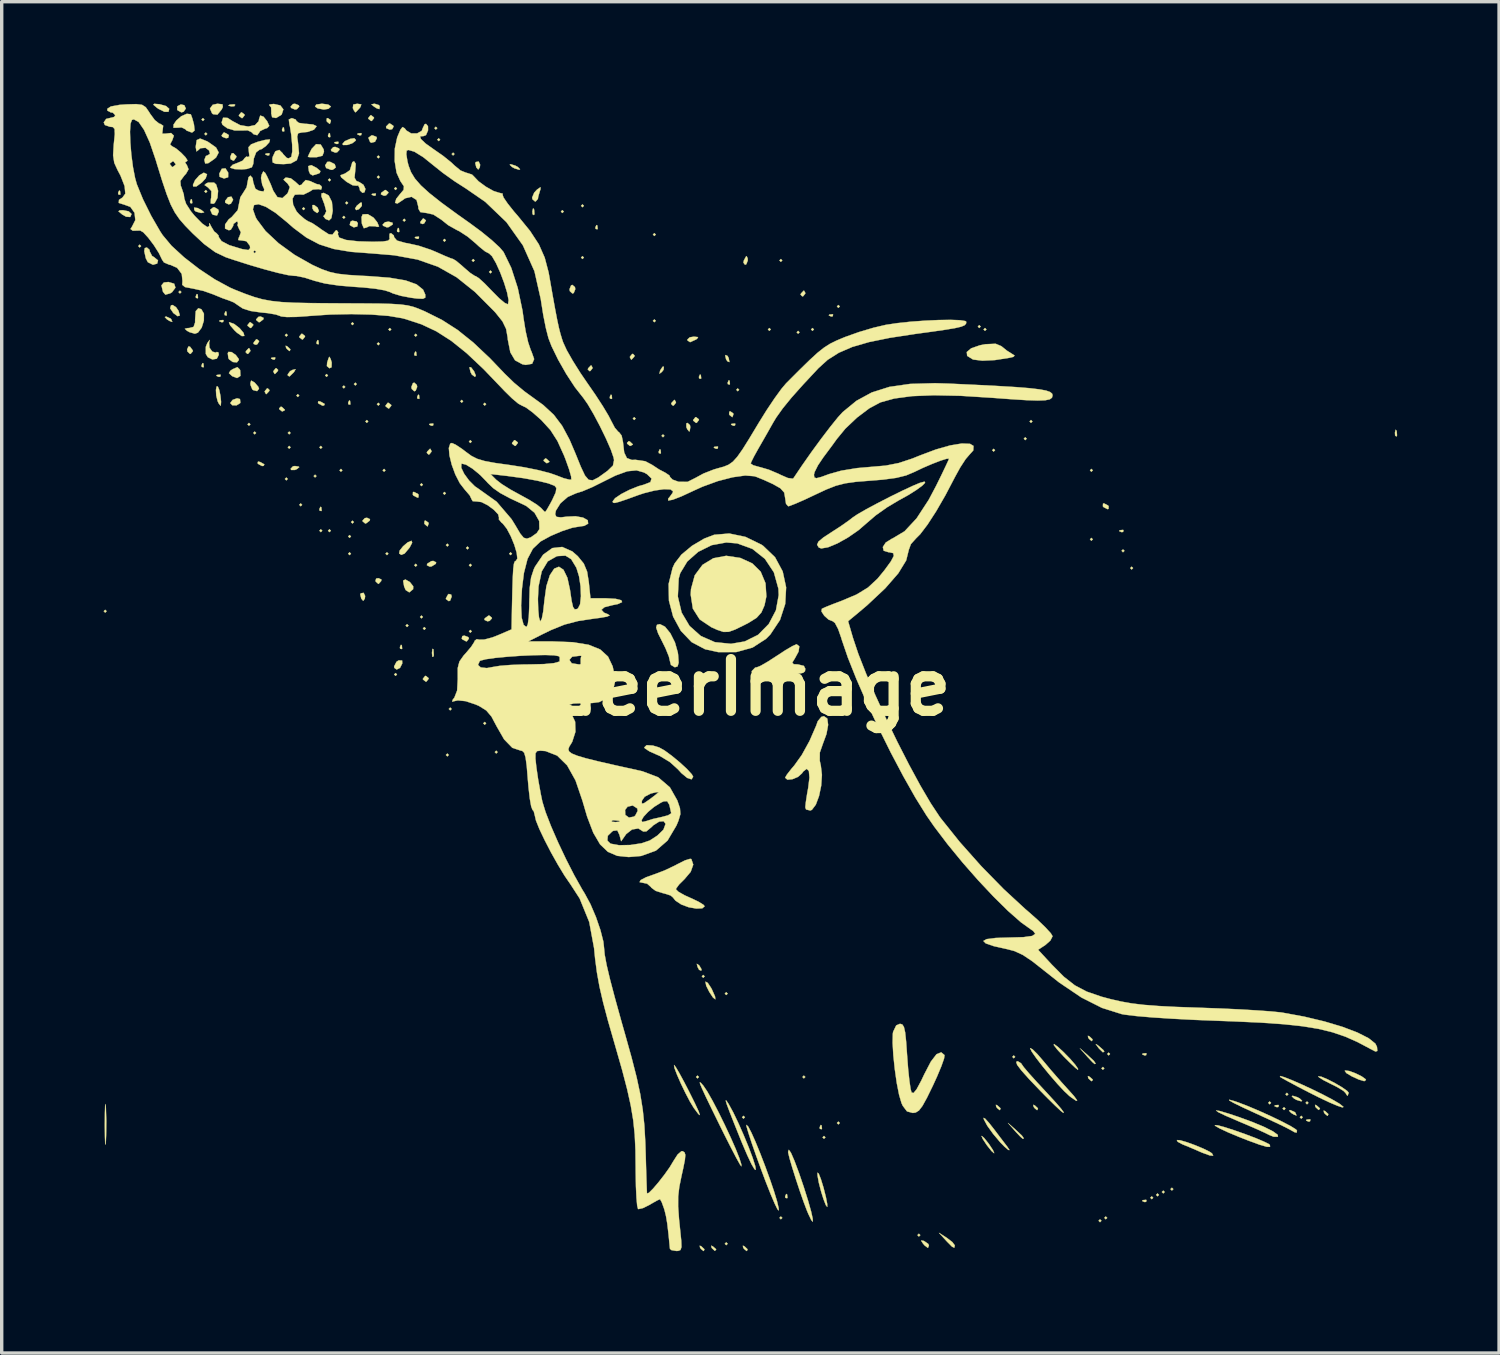
<source format=kicad_pcb>
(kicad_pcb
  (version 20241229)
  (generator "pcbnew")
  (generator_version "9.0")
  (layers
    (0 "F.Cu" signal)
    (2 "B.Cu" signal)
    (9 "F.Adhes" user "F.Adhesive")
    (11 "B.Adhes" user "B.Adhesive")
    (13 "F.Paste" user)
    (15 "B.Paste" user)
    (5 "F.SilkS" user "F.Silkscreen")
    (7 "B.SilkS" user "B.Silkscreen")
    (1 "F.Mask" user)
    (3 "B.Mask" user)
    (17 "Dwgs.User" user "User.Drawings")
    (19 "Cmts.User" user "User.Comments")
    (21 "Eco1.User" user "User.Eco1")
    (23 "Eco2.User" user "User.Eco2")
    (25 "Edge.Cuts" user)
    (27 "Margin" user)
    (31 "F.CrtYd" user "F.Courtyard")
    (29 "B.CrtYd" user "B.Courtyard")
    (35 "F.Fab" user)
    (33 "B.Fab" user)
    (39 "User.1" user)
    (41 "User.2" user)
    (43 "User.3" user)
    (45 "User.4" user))
  (footprint "deerImage"
    (layer "F.Cu")
    (at 19.055 17.192)
    (property "Reference" "deerImage" (at 0 0 0) (layer "F.SilkS") (effects (font (size 1.524 1.524) (thickness 0.3))))
    (attr through_hole)
    (fp_poly (pts (xy -18.965 -2.244) (xy -19.008 -2.201) (xy -19.05 -2.244) (xy -19.008 -2.286) (xy -18.965 -2.244)) (stroke (width 0.01) (type solid)) (fill yes) (layer "F.SilkS"))
    (fp_poly (pts (xy -17.949 -12.996) (xy -17.992 -12.954) (xy -18.034 -12.996) (xy -17.992 -13.039) (xy -17.949 -12.996)) (stroke (width 0.01) (type solid)) (fill yes) (layer "F.SilkS"))
    (fp_poly (pts (xy -16.764 -11.642) (xy -16.806 -11.599) (xy -16.849 -11.642) (xy -16.806 -11.684) (xy -16.764 -11.642)) (stroke (width 0.01) (type solid)) (fill yes) (layer "F.SilkS"))
    (fp_poly (pts (xy -16.087 -16.722) (xy -16.129 -16.679) (xy -16.171 -16.722) (xy -16.129 -16.764) (xy -16.087 -16.722)) (stroke (width 0.01) (type solid)) (fill yes) (layer "F.SilkS"))
    (fp_poly (pts (xy -16.002 -16.298) (xy -16.044 -16.256) (xy -16.087 -16.298) (xy -16.044 -16.341) (xy -16.002 -16.298)) (stroke (width 0.01) (type solid)) (fill yes) (layer "F.SilkS"))
    (fp_poly (pts (xy -16.002 -14.605) (xy -16.044 -14.563) (xy -16.087 -14.605) (xy -16.044 -14.647) (xy -16.002 -14.605)) (stroke (width 0.01) (type solid)) (fill yes) (layer "F.SilkS"))
    (fp_poly (pts (xy -14.732 -7.747) (xy -14.774 -7.705) (xy -14.817 -7.747) (xy -14.774 -7.789) (xy -14.732 -7.747)) (stroke (width 0.01) (type solid)) (fill yes) (layer "F.SilkS"))
    (fp_poly (pts (xy -14.563 -7.493) (xy -14.605 -7.451) (xy -14.647 -7.493) (xy -14.605 -7.535) (xy -14.563 -7.493)) (stroke (width 0.01) (type solid)) (fill yes) (layer "F.SilkS"))
    (fp_poly (pts (xy -13.631 -10.372) (xy -13.674 -10.329) (xy -13.716 -10.372) (xy -13.674 -10.414) (xy -13.631 -10.372)) (stroke (width 0.01) (type solid)) (fill yes) (layer "F.SilkS"))
    (fp_poly (pts (xy -13.631 -6.138) (xy -13.674 -6.096) (xy -13.716 -6.138) (xy -13.674 -6.181) (xy -13.631 -6.138)) (stroke (width 0.01) (type solid)) (fill yes) (layer "F.SilkS"))
    (fp_poly (pts (xy -13.547 -7.493) (xy -13.589 -7.451) (xy -13.631 -7.493) (xy -13.589 -7.535) (xy -13.547 -7.493)) (stroke (width 0.01) (type solid)) (fill yes) (layer "F.SilkS"))
    (fp_poly (pts (xy -13.547 -7.07) (xy -13.589 -7.027) (xy -13.631 -7.07) (xy -13.589 -7.112) (xy -13.547 -7.07)) (stroke (width 0.01) (type solid)) (fill yes) (layer "F.SilkS"))
    (fp_poly (pts (xy -13.293 -8.594) (xy -13.335 -8.551) (xy -13.377 -8.594) (xy -13.335 -8.636) (xy -13.293 -8.594)) (stroke (width 0.01) (type solid)) (fill yes) (layer "F.SilkS"))
    (fp_poly (pts (xy -13.208 -5.376) (xy -13.25 -5.334) (xy -13.293 -5.376) (xy -13.25 -5.419) (xy -13.208 -5.376)) (stroke (width 0.01) (type solid)) (fill yes) (layer "F.SilkS"))
    (fp_poly (pts (xy -13.123 -14.097) (xy -13.166 -14.055) (xy -13.208 -14.097) (xy -13.166 -14.139) (xy -13.123 -14.097)) (stroke (width 0.01) (type solid)) (fill yes) (layer "F.SilkS"))
    (fp_poly (pts (xy -12.785 -6.223) (xy -12.827 -6.181) (xy -12.869 -6.223) (xy -12.827 -6.265) (xy -12.785 -6.223)) (stroke (width 0.01) (type solid)) (fill yes) (layer "F.SilkS"))
    (fp_poly (pts (xy -12.615 -7.07) (xy -12.658 -7.027) (xy -12.7 -7.07) (xy -12.658 -7.112) (xy -12.615 -7.07)) (stroke (width 0.01) (type solid)) (fill yes) (layer "F.SilkS"))
    (fp_poly (pts (xy -12.615 -4.614) (xy -12.658 -4.572) (xy -12.7 -4.614) (xy -12.658 -4.657) (xy -12.615 -4.614)) (stroke (width 0.01) (type solid)) (fill yes) (layer "F.SilkS"))
    (fp_poly (pts (xy -12.446 -9.186) (xy -12.488 -9.144) (xy -12.531 -9.186) (xy -12.488 -9.229) (xy -12.446 -9.186)) (stroke (width 0.01) (type solid)) (fill yes) (layer "F.SilkS"))
    (fp_poly (pts (xy -12.361 -14.944) (xy -12.404 -14.901) (xy -12.446 -14.944) (xy -12.404 -14.986) (xy -12.361 -14.944)) (stroke (width 0.01) (type solid)) (fill yes) (layer "F.SilkS"))
    (fp_poly (pts (xy -12.361 -4.614) (xy -12.404 -4.572) (xy -12.446 -4.614) (xy -12.404 -4.657) (xy -12.361 -4.614)) (stroke (width 0.01) (type solid)) (fill yes) (layer "F.SilkS"))
    (fp_poly (pts (xy -12.023 -6.392) (xy -12.065 -6.35) (xy -12.107 -6.392) (xy -12.065 -6.435) (xy -12.023 -6.392)) (stroke (width 0.01) (type solid)) (fill yes) (layer "F.SilkS"))
    (fp_poly (pts (xy -11.938 -13.843) (xy -11.98 -13.801) (xy -12.023 -13.843) (xy -11.98 -13.885) (xy -11.938 -13.843)) (stroke (width 0.01) (type solid)) (fill yes) (layer "F.SilkS"))
    (fp_poly (pts (xy -11.938 -8.848) (xy -11.98 -8.805) (xy -12.023 -8.848) (xy -11.98 -8.89) (xy -11.938 -8.848)) (stroke (width 0.01) (type solid)) (fill yes) (layer "F.SilkS"))
    (fp_poly (pts (xy -11.853 -14.266) (xy -11.896 -14.224) (xy -11.938 -14.266) (xy -11.896 -14.309) (xy -11.853 -14.266)) (stroke (width 0.01) (type solid)) (fill yes) (layer "F.SilkS"))
    (fp_poly (pts (xy -11.769 -4.445) (xy -11.811 -4.403) (xy -11.853 -4.445) (xy -11.811 -4.487) (xy -11.769 -4.445)) (stroke (width 0.01) (type solid)) (fill yes) (layer "F.SilkS"))
    (fp_poly (pts (xy -11.769 -3.937) (xy -11.811 -3.895) (xy -11.853 -3.937) (xy -11.811 -3.979) (xy -11.769 -3.937)) (stroke (width 0.01) (type solid)) (fill yes) (layer "F.SilkS"))
    (fp_poly (pts (xy -11.684 -10.71) (xy -11.726 -10.668) (xy -11.769 -10.71) (xy -11.726 -10.753) (xy -11.684 -10.71)) (stroke (width 0.01) (type solid)) (fill yes) (layer "F.SilkS"))
    (fp_poly (pts (xy -11.684 -4.868) (xy -11.726 -4.826) (xy -11.769 -4.868) (xy -11.726 -4.911) (xy -11.684 -4.868)) (stroke (width 0.01) (type solid)) (fill yes) (layer "F.SilkS"))
    (fp_poly (pts (xy -11.599 -8.932) (xy -11.642 -8.89) (xy -11.684 -8.932) (xy -11.642 -8.975) (xy -11.599 -8.932)) (stroke (width 0.01) (type solid)) (fill yes) (layer "F.SilkS"))
    (fp_poly (pts (xy -11.261 -7.832) (xy -11.303 -7.789) (xy -11.345 -7.832) (xy -11.303 -7.874) (xy -11.261 -7.832)) (stroke (width 0.01) (type solid)) (fill yes) (layer "F.SilkS"))
    (fp_poly (pts (xy -10.922 -15.621) (xy -10.964 -15.579) (xy -11.007 -15.621) (xy -10.964 -15.663) (xy -10.922 -15.621)) (stroke (width 0.01) (type solid)) (fill yes) (layer "F.SilkS"))
    (fp_poly (pts (xy -10.922 -15.028) (xy -10.964 -14.986) (xy -11.007 -15.028) (xy -10.964 -15.071) (xy -10.922 -15.028)) (stroke (width 0.01) (type solid)) (fill yes) (layer "F.SilkS"))
    (fp_poly (pts (xy -10.922 -10.118) (xy -10.964 -10.075) (xy -11.007 -10.118) (xy -10.964 -10.16) (xy -10.922 -10.118)) (stroke (width 0.01) (type solid)) (fill yes) (layer "F.SilkS"))
    (fp_poly (pts (xy -10.922 -8.34) (xy -10.964 -8.297) (xy -11.007 -8.34) (xy -10.964 -8.382) (xy -10.922 -8.34)) (stroke (width 0.01) (type solid)) (fill yes) (layer "F.SilkS"))
    (fp_poly (pts (xy -10.753 -6.392) (xy -10.795 -6.35) (xy -10.837 -6.392) (xy -10.795 -6.435) (xy -10.753 -6.392)) (stroke (width 0.01) (type solid)) (fill yes) (layer "F.SilkS"))
    (fp_poly (pts (xy -10.668 -3.937) (xy -10.71 -3.895) (xy -10.753 -3.937) (xy -10.71 -3.979) (xy -10.668 -3.937)) (stroke (width 0.01) (type solid)) (fill yes) (layer "F.SilkS"))
    (fp_poly (pts (xy -10.583 -10.541) (xy -10.626 -10.499) (xy -10.668 -10.541) (xy -10.626 -10.583) (xy -10.583 -10.541)) (stroke (width 0.01) (type solid)) (fill yes) (layer "F.SilkS"))
    (fp_poly (pts (xy -10.414 -14.69) (xy -10.456 -14.647) (xy -10.499 -14.69) (xy -10.456 -14.732) (xy -10.414 -14.69)) (stroke (width 0.01) (type solid)) (fill yes) (layer "F.SilkS"))
    (fp_poly (pts (xy -10.414 -0.381) (xy -10.456 -0.339) (xy -10.499 -0.381) (xy -10.456 -0.423) (xy -10.414 -0.381)) (stroke (width 0.01) (type solid)) (fill yes) (layer "F.SilkS"))
    (fp_poly (pts (xy -10.16 -13.758) (xy -10.202 -13.716) (xy -10.245 -13.758) (xy -10.202 -13.801) (xy -10.16 -13.758)) (stroke (width 0.01) (type solid)) (fill yes) (layer "F.SilkS"))
    (fp_poly (pts (xy -10.075 -1.82) (xy -10.118 -1.778) (xy -10.16 -1.82) (xy -10.118 -1.863) (xy -10.075 -1.82)) (stroke (width 0.01) (type solid)) (fill yes) (layer "F.SilkS"))
    (fp_poly (pts (xy -9.821 -10.372) (xy -9.864 -10.329) (xy -9.906 -10.372) (xy -9.864 -10.414) (xy -9.821 -10.372)) (stroke (width 0.01) (type solid)) (fill yes) (layer "F.SilkS"))
    (fp_poly (pts (xy -9.821 -3.598) (xy -9.864 -3.556) (xy -9.906 -3.598) (xy -9.864 -3.641) (xy -9.821 -3.598)) (stroke (width 0.01) (type solid)) (fill yes) (layer "F.SilkS"))
    (fp_poly (pts (xy -9.652 -5.969) (xy -9.694 -5.927) (xy -9.737 -5.969) (xy -9.694 -6.011) (xy -9.652 -5.969)) (stroke (width 0.01) (type solid)) (fill yes) (layer "F.SilkS"))
    (fp_poly (pts (xy -9.652 -2.074) (xy -9.694 -2.032) (xy -9.737 -2.074) (xy -9.694 -2.117) (xy -9.652 -2.074)) (stroke (width 0.01) (type solid)) (fill yes) (layer "F.SilkS"))
    (fp_poly (pts (xy -9.567 -1.736) (xy -9.61 -1.693) (xy -9.652 -1.736) (xy -9.61 -1.778) (xy -9.567 -1.736)) (stroke (width 0.01) (type solid)) (fill yes) (layer "F.SilkS"))
    (fp_poly (pts (xy -9.229 -16.468) (xy -9.271 -16.425) (xy -9.313 -16.468) (xy -9.271 -16.51) (xy -9.229 -16.468)) (stroke (width 0.01) (type solid)) (fill yes) (layer "F.SilkS"))
    (fp_poly (pts (xy -9.144 -16.129) (xy -9.186 -16.087) (xy -9.229 -16.129) (xy -9.186 -16.171) (xy -9.144 -16.129)) (stroke (width 0.01) (type solid)) (fill yes) (layer "F.SilkS"))
    (fp_poly (pts (xy -8.975 -13.166) (xy -9.017 -13.123) (xy -9.059 -13.166) (xy -9.017 -13.208) (xy -8.975 -13.166)) (stroke (width 0.01) (type solid)) (fill yes) (layer "F.SilkS"))
    (fp_poly (pts (xy -8.975 -5.715) (xy -9.017 -5.673) (xy -9.059 -5.715) (xy -9.017 -5.757) (xy -8.975 -5.715)) (stroke (width 0.01) (type solid)) (fill yes) (layer "F.SilkS"))
    (fp_poly (pts (xy -8.89 -4.191) (xy -8.932 -4.149) (xy -8.975 -4.191) (xy -8.932 -4.233) (xy -8.89 -4.191)) (stroke (width 0.01) (type solid)) (fill yes) (layer "F.SilkS"))
    (fp_poly (pts (xy -8.89 1.99) (xy -8.932 2.032) (xy -8.975 1.99) (xy -8.932 1.947) (xy -8.89 1.99)) (stroke (width 0.01) (type solid)) (fill yes) (layer "F.SilkS"))
    (fp_poly (pts (xy -8.805 0.635) (xy -8.848 0.677) (xy -8.89 0.635) (xy -8.848 0.593) (xy -8.805 0.635)) (stroke (width 0.01) (type solid)) (fill yes) (layer "F.SilkS"))
    (fp_poly (pts (xy -8.721 -15.706) (xy -8.763 -15.663) (xy -8.805 -15.706) (xy -8.763 -15.748) (xy -8.721 -15.706)) (stroke (width 0.01) (type solid)) (fill yes) (layer "F.SilkS"))
    (fp_poly (pts (xy -8.467 -8.424) (xy -8.509 -8.382) (xy -8.551 -8.424) (xy -8.509 -8.467) (xy -8.467 -8.424)) (stroke (width 0.01) (type solid)) (fill yes) (layer "F.SilkS"))
    (fp_poly (pts (xy -8.297 -4.106) (xy -8.34 -4.064) (xy -8.382 -4.106) (xy -8.34 -4.149) (xy -8.297 -4.106)) (stroke (width 0.01) (type solid)) (fill yes) (layer "F.SilkS"))
    (fp_poly (pts (xy -8.213 -7.239) (xy -8.255 -7.197) (xy -8.297 -7.239) (xy -8.255 -7.281) (xy -8.213 -7.239)) (stroke (width 0.01) (type solid)) (fill yes) (layer "F.SilkS"))
    (fp_poly (pts (xy -8.213 -3.598) (xy -8.255 -3.556) (xy -8.297 -3.598) (xy -8.255 -3.641) (xy -8.213 -3.598)) (stroke (width 0.01) (type solid)) (fill yes) (layer "F.SilkS"))
    (fp_poly (pts (xy -8.213 -1.651) (xy -8.255 -1.609) (xy -8.297 -1.651) (xy -8.255 -1.693) (xy -8.213 -1.651)) (stroke (width 0.01) (type solid)) (fill yes) (layer "F.SilkS"))
    (fp_poly (pts (xy -8.128 -12.573) (xy -8.17 -12.531) (xy -8.213 -12.573) (xy -8.17 -12.615) (xy -8.128 -12.573)) (stroke (width 0.01) (type solid)) (fill yes) (layer "F.SilkS"))
    (fp_poly (pts (xy -7.789 -8.34) (xy -7.832 -8.297) (xy -7.874 -8.34) (xy -7.832 -8.382) (xy -7.789 -8.34)) (stroke (width 0.01) (type solid)) (fill yes) (layer "F.SilkS"))
    (fp_poly (pts (xy -7.789 1.058) (xy -7.832 1.101) (xy -7.874 1.058) (xy -7.832 1.016) (xy -7.789 1.058)) (stroke (width 0.01) (type solid)) (fill yes) (layer "F.SilkS"))
    (fp_poly (pts (xy -7.62 -12.234) (xy -7.662 -12.192) (xy -7.705 -12.234) (xy -7.662 -12.277) (xy -7.62 -12.234)) (stroke (width 0.01) (type solid)) (fill yes) (layer "F.SilkS"))
    (fp_poly (pts (xy -7.451 1.905) (xy -7.493 1.947) (xy -7.535 1.905) (xy -7.493 1.863) (xy -7.451 1.905)) (stroke (width 0.01) (type solid)) (fill yes) (layer "F.SilkS"))
    (fp_poly (pts (xy -7.027 -3.937) (xy -7.07 -3.895) (xy -7.112 -3.937) (xy -7.07 -3.979) (xy -7.027 -3.937)) (stroke (width 0.01) (type solid)) (fill yes) (layer "F.SilkS"))
    (fp_poly (pts (xy -5.503 -14.012) (xy -5.546 -13.97) (xy -5.588 -14.012) (xy -5.546 -14.055) (xy -5.503 -14.012)) (stroke (width 0.01) (type solid)) (fill yes) (layer "F.SilkS"))
    (fp_poly (pts (xy -4.911 -14.182) (xy -4.953 -14.139) (xy -4.995 -14.182) (xy -4.953 -14.224) (xy -4.911 -14.182)) (stroke (width 0.01) (type solid)) (fill yes) (layer "F.SilkS"))
    (fp_poly (pts (xy -4.911 -12.658) (xy -4.953 -12.615) (xy -4.995 -12.658) (xy -4.953 -12.7) (xy -4.911 -12.658)) (stroke (width 0.01) (type solid)) (fill yes) (layer "F.SilkS"))
    (fp_poly (pts (xy -3.387 -7.916) (xy -3.429 -7.874) (xy -3.471 -7.916) (xy -3.429 -7.959) (xy -3.387 -7.916)) (stroke (width 0.01) (type solid)) (fill yes) (layer "F.SilkS"))
    (fp_poly (pts (xy -2.794 -13.335) (xy -2.836 -13.293) (xy -2.879 -13.335) (xy -2.836 -13.377) (xy -2.794 -13.335)) (stroke (width 0.01) (type solid)) (fill yes) (layer "F.SilkS"))
    (fp_poly (pts (xy -2.794 -10.795) (xy -2.836 -10.753) (xy -2.879 -10.795) (xy -2.836 -10.837) (xy -2.794 -10.795)) (stroke (width 0.01) (type solid)) (fill yes) (layer "F.SilkS"))
    (fp_poly (pts (xy -2.54 -7.408) (xy -2.582 -7.366) (xy -2.625 -7.408) (xy -2.582 -7.451) (xy -2.54 -7.408)) (stroke (width 0.01) (type solid)) (fill yes) (layer "F.SilkS"))
    (fp_poly (pts (xy -1.524 11.472) (xy -1.566 11.515) (xy -1.609 11.472) (xy -1.566 11.43) (xy -1.524 11.472)) (stroke (width 0.01) (type solid)) (fill yes) (layer "F.SilkS"))
    (fp_poly (pts (xy -1.355 8.509) (xy -1.397 8.551) (xy -1.439 8.509) (xy -1.397 8.467) (xy -1.355 8.509)) (stroke (width 0.01) (type solid)) (fill yes) (layer "F.SilkS"))
    (fp_poly (pts (xy -0.677 9.017) (xy -0.72 9.059) (xy -0.762 9.017) (xy -0.72 8.975) (xy -0.677 9.017)) (stroke (width 0.01) (type solid)) (fill yes) (layer "F.SilkS"))
    (fp_poly (pts (xy -0.677 16.383) (xy -0.72 16.425) (xy -0.762 16.383) (xy -0.72 16.341) (xy -0.677 16.383)) (stroke (width 0.01) (type solid)) (fill yes) (layer "F.SilkS"))
    (fp_poly (pts (xy -0.339 -8.763) (xy -0.381 -8.721) (xy -0.423 -8.763) (xy -0.381 -8.805) (xy -0.339 -8.763)) (stroke (width 0.01) (type solid)) (fill yes) (layer "F.SilkS"))
    (fp_poly (pts (xy -0.169 12.658) (xy -0.212 12.7) (xy -0.254 12.658) (xy -0.212 12.615) (xy -0.169 12.658)) (stroke (width 0.01) (type solid)) (fill yes) (layer "F.SilkS"))
    (fp_poly (pts (xy 0.593 -10.541) (xy 0.55 -10.499) (xy 0.508 -10.541) (xy 0.55 -10.583) (xy 0.593 -10.541)) (stroke (width 0.01) (type solid)) (fill yes) (layer "F.SilkS"))
    (fp_poly (pts (xy 0.931 -12.573) (xy 0.889 -12.531) (xy 0.847 -12.573) (xy 0.889 -12.615) (xy 0.931 -12.573)) (stroke (width 0.01) (type solid)) (fill yes) (layer "F.SilkS"))
    (fp_poly (pts (xy 0.931 15.621) (xy 0.889 15.663) (xy 0.847 15.621) (xy 0.889 15.579) (xy 0.931 15.621)) (stroke (width 0.01) (type solid)) (fill yes) (layer "F.SilkS"))
    (fp_poly (pts (xy 1.439 -10.456) (xy 1.397 -10.414) (xy 1.355 -10.456) (xy 1.397 -10.499) (xy 1.439 -10.456)) (stroke (width 0.01) (type solid)) (fill yes) (layer "F.SilkS"))
    (fp_poly (pts (xy 1.609 11.472) (xy 1.566 11.515) (xy 1.524 11.472) (xy 1.566 11.43) (xy 1.609 11.472)) (stroke (width 0.01) (type solid)) (fill yes) (layer "F.SilkS"))
    (fp_poly (pts (xy 1.863 -10.541) (xy 1.82 -10.499) (xy 1.778 -10.541) (xy 1.82 -10.583) (xy 1.863 -10.541)) (stroke (width 0.01) (type solid)) (fill yes) (layer "F.SilkS"))
    (fp_poly (pts (xy 2.201 13.25) (xy 2.159 13.293) (xy 2.117 13.25) (xy 2.159 13.208) (xy 2.201 13.25)) (stroke (width 0.01) (type solid)) (fill yes) (layer "F.SilkS"))
    (fp_poly (pts (xy 2.625 -11.218) (xy 2.582 -11.176) (xy 2.54 -11.218) (xy 2.582 -11.261) (xy 2.625 -11.218)) (stroke (width 0.01) (type solid)) (fill yes) (layer "F.SilkS"))
    (fp_poly (pts (xy 2.625 12.827) (xy 2.582 12.869) (xy 2.54 12.827) (xy 2.582 12.785) (xy 2.625 12.827)) (stroke (width 0.01) (type solid)) (fill yes) (layer "F.SilkS"))
    (fp_poly (pts (xy 4.995 16.129) (xy 4.953 16.171) (xy 4.911 16.129) (xy 4.953 16.087) (xy 4.995 16.129)) (stroke (width 0.01) (type solid)) (fill yes) (layer "F.SilkS"))
    (fp_poly (pts (xy 6.773 -10.626) (xy 6.731 -10.583) (xy 6.689 -10.626) (xy 6.731 -10.668) (xy 6.773 -10.626)) (stroke (width 0.01) (type solid)) (fill yes) (layer "F.SilkS"))
    (fp_poly (pts (xy 6.943 -10.541) (xy 6.9 -10.499) (xy 6.858 -10.541) (xy 6.9 -10.583) (xy 6.943 -10.541)) (stroke (width 0.01) (type solid)) (fill yes) (layer "F.SilkS"))
    (fp_poly (pts (xy 7.197 -6.985) (xy 7.154 -6.943) (xy 7.112 -6.985) (xy 7.154 -7.027) (xy 7.197 -6.985)) (stroke (width 0.01) (type solid)) (fill yes) (layer "F.SilkS"))
    (fp_poly (pts (xy 7.789 10.88) (xy 7.747 10.922) (xy 7.705 10.88) (xy 7.747 10.837) (xy 7.789 10.88)) (stroke (width 0.01) (type solid)) (fill yes) (layer "F.SilkS"))
    (fp_poly (pts (xy 8.128 -7.324) (xy 8.086 -7.281) (xy 8.043 -7.324) (xy 8.086 -7.366) (xy 8.128 -7.324)) (stroke (width 0.01) (type solid)) (fill yes) (layer "F.SilkS"))
    (fp_poly (pts (xy 8.297 -7.832) (xy 8.255 -7.789) (xy 8.213 -7.832) (xy 8.255 -7.874) (xy 8.297 -7.832)) (stroke (width 0.01) (type solid)) (fill yes) (layer "F.SilkS"))
    (fp_poly (pts (xy 10.075 -6.392) (xy 10.033 -6.35) (xy 9.991 -6.392) (xy 10.033 -6.435) (xy 10.075 -6.392)) (stroke (width 0.01) (type solid)) (fill yes) (layer "F.SilkS"))
    (fp_poly (pts (xy 10.075 -4.36) (xy 10.033 -4.318) (xy 9.991 -4.36) (xy 10.033 -4.403) (xy 10.075 -4.36)) (stroke (width 0.01) (type solid)) (fill yes) (layer "F.SilkS"))
    (fp_poly (pts (xy 10.329 15.706) (xy 10.287 15.748) (xy 10.245 15.706) (xy 10.287 15.663) (xy 10.329 15.706)) (stroke (width 0.01) (type solid)) (fill yes) (layer "F.SilkS"))
    (fp_poly (pts (xy 10.414 11.218) (xy 10.372 11.261) (xy 10.329 11.218) (xy 10.372 11.176) (xy 10.414 11.218)) (stroke (width 0.01) (type solid)) (fill yes) (layer "F.SilkS"))
    (fp_poly (pts (xy 10.499 15.621) (xy 10.456 15.663) (xy 10.414 15.621) (xy 10.456 15.579) (xy 10.499 15.621)) (stroke (width 0.01) (type solid)) (fill yes) (layer "F.SilkS"))
    (fp_poly (pts (xy 10.583 10.795) (xy 10.541 10.837) (xy 10.499 10.795) (xy 10.541 10.753) (xy 10.583 10.795)) (stroke (width 0.01) (type solid)) (fill yes) (layer "F.SilkS"))
    (fp_poly (pts (xy 11.007 -4.022) (xy 10.964 -3.979) (xy 10.922 -4.022) (xy 10.964 -4.064) (xy 11.007 -4.022)) (stroke (width 0.01) (type solid)) (fill yes) (layer "F.SilkS"))
    (fp_poly (pts (xy 11.261 -3.514) (xy 11.218 -3.471) (xy 11.176 -3.514) (xy 11.218 -3.556) (xy 11.261 -3.514)) (stroke (width 0.01) (type solid)) (fill yes) (layer "F.SilkS"))
    (fp_poly (pts (xy 11.853 15.028) (xy 11.811 15.071) (xy 11.769 15.028) (xy 11.811 14.986) (xy 11.853 15.028)) (stroke (width 0.01) (type solid)) (fill yes) (layer "F.SilkS"))
    (fp_poly (pts (xy 12.023 14.944) (xy 11.98 14.986) (xy 11.938 14.944) (xy 11.98 14.901) (xy 12.023 14.944)) (stroke (width 0.01) (type solid)) (fill yes) (layer "F.SilkS"))
    (fp_poly (pts (xy 12.192 14.859) (xy 12.15 14.901) (xy 12.107 14.859) (xy 12.15 14.817) (xy 12.192 14.859)) (stroke (width 0.01) (type solid)) (fill yes) (layer "F.SilkS"))
    (fp_poly (pts (xy 12.446 14.774) (xy 12.404 14.817) (xy 12.361 14.774) (xy 12.404 14.732) (xy 12.446 14.774)) (stroke (width 0.01) (type solid)) (fill yes) (layer "F.SilkS"))
    (fp_poly (pts (xy 15.325 12.234) (xy 15.282 12.277) (xy 15.24 12.234) (xy 15.282 12.192) (xy 15.325 12.234)) (stroke (width 0.01) (type solid)) (fill yes) (layer "F.SilkS"))
    (fp_poly (pts (xy 15.748 12.404) (xy 15.706 12.446) (xy 15.663 12.404) (xy 15.706 12.361) (xy 15.748 12.404)) (stroke (width 0.01) (type solid)) (fill yes) (layer "F.SilkS"))
    (fp_poly (pts (xy 15.833 11.98) (xy 15.79 12.023) (xy 15.748 11.98) (xy 15.79 11.938) (xy 15.833 11.98)) (stroke (width 0.01) (type solid)) (fill yes) (layer "F.SilkS"))
    (fp_poly (pts (xy 16.256 12.658) (xy 16.214 12.7) (xy 16.171 12.658) (xy 16.214 12.615) (xy 16.256 12.658)) (stroke (width 0.01) (type solid)) (fill yes) (layer "F.SilkS"))
    (fp_poly (pts (xy 16.425 12.234) (xy 16.383 12.277) (xy 16.341 12.234) (xy 16.383 12.192) (xy 16.425 12.234)) (stroke (width 0.01) (type solid)) (fill yes) (layer "F.SilkS"))
    (fp_poly (pts (xy -18.57 -14.619) (xy -18.56 -14.519) (xy -18.57 -14.506) (xy -18.621 -14.518) (xy -18.627 -14.563) (xy -18.596 -14.632) (xy -18.57 -14.619)) (stroke (width 0.01) (type solid)) (fill yes) (layer "F.SilkS"))
    (fp_poly (pts (xy -16.454 -14.365) (xy -16.443 -14.265) (xy -16.454 -14.252) (xy -16.504 -14.264) (xy -16.51 -14.309) (xy -16.479 -14.378) (xy -16.454 -14.365)) (stroke (width 0.01) (type solid)) (fill yes) (layer "F.SilkS"))
    (fp_poly (pts (xy -16.284 -11.571) (xy -16.274 -11.471) (xy -16.284 -11.458) (xy -16.335 -11.47) (xy -16.341 -11.515) (xy -16.31 -11.584) (xy -16.284 -11.571)) (stroke (width 0.01) (type solid)) (fill yes) (layer "F.SilkS"))
    (fp_poly (pts (xy -16.115 -9.539) (xy -16.105 -9.439) (xy -16.115 -9.426) (xy -16.165 -9.438) (xy -16.171 -9.483) (xy -16.14 -9.552) (xy -16.115 -9.539)) (stroke (width 0.01) (type solid)) (fill yes) (layer "F.SilkS"))
    (fp_poly (pts (xy -15.607 -9.2) (xy -15.619 -9.15) (xy -15.663 -9.144) (xy -15.733 -9.175) (xy -15.72 -9.2) (xy -15.619 -9.211) (xy -15.607 -9.2)) (stroke (width 0.01) (type solid)) (fill yes) (layer "F.SilkS"))
    (fp_poly (pts (xy -15.522 -10.809) (xy -15.534 -10.759) (xy -15.579 -10.753) (xy -15.648 -10.784) (xy -15.635 -10.809) (xy -15.535 -10.819) (xy -15.522 -10.809)) (stroke (width 0.01) (type solid)) (fill yes) (layer "F.SilkS"))
    (fp_poly (pts (xy -15.438 -11.063) (xy -15.427 -10.963) (xy -15.438 -10.95) (xy -15.488 -10.962) (xy -15.494 -11.007) (xy -15.463 -11.076) (xy -15.438 -11.063)) (stroke (width 0.01) (type solid)) (fill yes) (layer "F.SilkS"))
    (fp_poly (pts (xy -15.178 -17.154) (xy -15.204 -17.115) (xy -15.289 -17.109) (xy -15.38 -17.13) (xy -15.341 -17.161) (xy -15.208 -17.171) (xy -15.178 -17.154)) (stroke (width 0.01) (type solid)) (fill yes) (layer "F.SilkS"))
    (fp_poly (pts (xy -14.168 -15.72) (xy -14.179 -15.669) (xy -14.224 -15.663) (xy -14.294 -15.694) (xy -14.28 -15.72) (xy -14.18 -15.73) (xy -14.168 -15.72)) (stroke (width 0.01) (type solid)) (fill yes) (layer "F.SilkS"))
    (fp_poly (pts (xy -13.998 -9.708) (xy -14.01 -9.658) (xy -14.055 -9.652) (xy -14.124 -9.683) (xy -14.111 -9.708) (xy -14.011 -9.719) (xy -13.998 -9.708)) (stroke (width 0.01) (type solid)) (fill yes) (layer "F.SilkS"))
    (fp_poly (pts (xy -13.744 -16.482) (xy -13.734 -16.381) (xy -13.744 -16.369) (xy -13.795 -16.381) (xy -13.801 -16.425) (xy -13.77 -16.495) (xy -13.744 -16.482)) (stroke (width 0.01) (type solid)) (fill yes) (layer "F.SilkS"))
    (fp_poly (pts (xy -12.728 -10.216) (xy -12.718 -10.116) (xy -12.728 -10.104) (xy -12.779 -10.115) (xy -12.785 -10.16) (xy -12.754 -10.23) (xy -12.728 -10.216)) (stroke (width 0.01) (type solid)) (fill yes) (layer "F.SilkS"))
    (fp_poly (pts (xy -12.644 -5.306) (xy -12.633 -5.205) (xy -12.644 -5.193) (xy -12.694 -5.205) (xy -12.7 -5.249) (xy -12.669 -5.319) (xy -12.644 -5.306)) (stroke (width 0.01) (type solid)) (fill yes) (layer "F.SilkS"))
    (fp_poly (pts (xy -12.39 -16.312) (xy -12.379 -16.212) (xy -12.39 -16.2) (xy -12.44 -16.211) (xy -12.446 -16.256) (xy -12.415 -16.326) (xy -12.39 -16.312)) (stroke (width 0.01) (type solid)) (fill yes) (layer "F.SilkS"))
    (fp_poly (pts (xy -12.136 -16.058) (xy -12.147 -16.008) (xy -12.192 -16.002) (xy -12.262 -16.033) (xy -12.248 -16.058) (xy -12.148 -16.069) (xy -12.136 -16.058)) (stroke (width 0.01) (type solid)) (fill yes) (layer "F.SilkS"))
    (fp_poly (pts (xy -11.797 -8.438) (xy -11.787 -8.338) (xy -11.797 -8.326) (xy -11.847 -8.337) (xy -11.853 -8.382) (xy -11.822 -8.452) (xy -11.797 -8.438)) (stroke (width 0.01) (type solid)) (fill yes) (layer "F.SilkS"))
    (fp_poly (pts (xy -11.458 -16.312) (xy -11.47 -16.262) (xy -11.515 -16.256) (xy -11.584 -16.287) (xy -11.571 -16.312) (xy -11.471 -16.323) (xy -11.458 -16.312)) (stroke (width 0.01) (type solid)) (fill yes) (layer "F.SilkS"))
    (fp_poly (pts (xy -11.035 -14.534) (xy -11.047 -14.484) (xy -11.091 -14.478) (xy -11.161 -14.509) (xy -11.148 -14.534) (xy -11.047 -14.545) (xy -11.035 -14.534)) (stroke (width 0.01) (type solid)) (fill yes) (layer "F.SilkS"))
    (fp_poly (pts (xy -10.358 -13.518) (xy -10.347 -13.418) (xy -10.358 -13.406) (xy -10.408 -13.417) (xy -10.414 -13.462) (xy -10.383 -13.532) (xy -10.358 -13.518)) (stroke (width 0.01) (type solid)) (fill yes) (layer "F.SilkS"))
    (fp_poly (pts (xy -10.273 -1.242) (xy -10.263 -1.141) (xy -10.273 -1.129) (xy -10.323 -1.141) (xy -10.329 -1.185) (xy -10.298 -1.255) (xy -10.273 -1.242)) (stroke (width 0.01) (type solid)) (fill yes) (layer "F.SilkS"))
    (fp_poly (pts (xy -9.85 -9.878) (xy -9.839 -9.777) (xy -9.85 -9.765) (xy -9.9 -9.777) (xy -9.906 -9.821) (xy -9.875 -9.891) (xy -9.85 -9.878)) (stroke (width 0.01) (type solid)) (fill yes) (layer "F.SilkS"))
    (fp_poly (pts (xy -9.765 -13.264) (xy -9.777 -13.214) (xy -9.821 -13.208) (xy -9.891 -13.239) (xy -9.878 -13.264) (xy -9.777 -13.275) (xy -9.765 -13.264)) (stroke (width 0.01) (type solid)) (fill yes) (layer "F.SilkS"))
    (fp_poly (pts (xy -9.765 -8.608) (xy -9.755 -8.507) (xy -9.765 -8.495) (xy -9.815 -8.507) (xy -9.821 -8.551) (xy -9.79 -8.621) (xy -9.765 -8.608)) (stroke (width 0.01) (type solid)) (fill yes) (layer "F.SilkS"))
    (fp_poly (pts (xy -9.342 -1.122) (xy -9.331 -0.948) (xy -9.342 -0.91) (xy -9.373 -0.9) (xy -9.385 -1.016) (xy -9.371 -1.136) (xy -9.342 -1.122)) (stroke (width 0.01) (type solid)) (fill yes) (layer "F.SilkS"))
    (fp_poly (pts (xy -9.342 -7.761) (xy -9.353 -7.711) (xy -9.398 -7.705) (xy -9.468 -7.736) (xy -9.454 -7.761) (xy -9.354 -7.771) (xy -9.342 -7.761)) (stroke (width 0.01) (type solid)) (fill yes) (layer "F.SilkS"))
    (fp_poly (pts (xy -6.377 -14.071) (xy -6.367 -13.938) (xy -6.384 -13.908) (xy -6.422 -13.934) (xy -6.428 -14.019) (xy -6.407 -14.11) (xy -6.377 -14.071)) (stroke (width 0.01) (type solid)) (fill yes) (layer "F.SilkS"))
    (fp_poly (pts (xy -4.516 -13.603) (xy -4.505 -13.503) (xy -4.516 -13.49) (xy -4.566 -13.502) (xy -4.572 -13.547) (xy -4.541 -13.616) (xy -4.516 -13.603)) (stroke (width 0.01) (type solid)) (fill yes) (layer "F.SilkS"))
    (fp_poly (pts (xy -4.092 -8.608) (xy -4.082 -8.507) (xy -4.092 -8.495) (xy -4.143 -8.507) (xy -4.149 -8.551) (xy -4.118 -8.621) (xy -4.092 -8.608)) (stroke (width 0.01) (type solid)) (fill yes) (layer "F.SilkS"))
    (fp_poly (pts (xy -2.653 -6.999) (xy -2.643 -6.899) (xy -2.653 -6.886) (xy -2.703 -6.898) (xy -2.709 -6.943) (xy -2.678 -7.012) (xy -2.653 -6.999)) (stroke (width 0.01) (type solid)) (fill yes) (layer "F.SilkS"))
    (fp_poly (pts (xy -1.468 -9.2) (xy -1.457 -9.1) (xy -1.468 -9.088) (xy -1.518 -9.099) (xy -1.524 -9.144) (xy -1.493 -9.214) (xy -1.468 -9.2)) (stroke (width 0.01) (type solid)) (fill yes) (layer "F.SilkS"))
    (fp_poly (pts (xy -0.96 -7.084) (xy -0.971 -7.033) (xy -1.016 -7.027) (xy -1.086 -7.058) (xy -1.072 -7.084) (xy -0.972 -7.094) (xy -0.96 -7.084)) (stroke (width 0.01) (type solid)) (fill yes) (layer "F.SilkS"))
    (fp_poly (pts (xy -0.621 -9.031) (xy -0.611 -8.931) (xy -0.621 -8.918) (xy -0.671 -8.93) (xy -0.677 -8.975) (xy -0.646 -9.044) (xy -0.621 -9.031)) (stroke (width 0.01) (type solid)) (fill yes) (layer "F.SilkS"))
    (fp_poly (pts (xy -0.452 -7.761) (xy -0.463 -7.711) (xy -0.508 -7.705) (xy -0.578 -7.736) (xy -0.564 -7.761) (xy -0.464 -7.771) (xy -0.452 -7.761)) (stroke (width 0.01) (type solid)) (fill yes) (layer "F.SilkS"))
    (fp_poly (pts (xy 1.072 14.93) (xy 1.083 15.03) (xy 1.072 15.042) (xy 1.022 15.031) (xy 1.016 14.986) (xy 1.047 14.916) (xy 1.072 14.93)) (stroke (width 0.01) (type solid)) (fill yes) (layer "F.SilkS"))
    (fp_poly (pts (xy 2.088 12.898) (xy 2.099 12.998) (xy 2.088 13.01) (xy 2.038 12.999) (xy 2.032 12.954) (xy 2.063 12.884) (xy 2.088 12.898)) (stroke (width 0.01) (type solid)) (fill yes) (layer "F.SilkS"))
    (fp_poly (pts (xy 2.427 -10.978) (xy 2.415 -10.928) (xy 2.371 -10.922) (xy 2.301 -10.953) (xy 2.314 -10.978) (xy 2.415 -10.989) (xy 2.427 -10.978)) (stroke (width 0.01) (type solid)) (fill yes) (layer "F.SilkS"))
    (fp_poly (pts (xy 10.978 -4.628) (xy 10.967 -4.578) (xy 10.922 -4.572) (xy 10.852 -4.603) (xy 10.866 -4.628) (xy 10.966 -4.639) (xy 10.978 -4.628)) (stroke (width 0.01) (type solid)) (fill yes) (layer "F.SilkS"))
    (fp_poly (pts (xy 11.656 10.781) (xy 11.644 10.831) (xy 11.599 10.837) (xy 11.53 10.806) (xy 11.543 10.781) (xy 11.643 10.771) (xy 11.656 10.781)) (stroke (width 0.01) (type solid)) (fill yes) (layer "F.SilkS"))
    (fp_poly (pts (xy 11.656 15.099) (xy 11.644 15.149) (xy 11.599 15.155) (xy 11.53 15.124) (xy 11.543 15.099) (xy 11.643 15.089) (xy 11.656 15.099)) (stroke (width 0.01) (type solid)) (fill yes) (layer "F.SilkS"))
    (fp_poly (pts (xy 15.55 12.305) (xy 15.539 12.355) (xy 15.494 12.361) (xy 15.424 12.33) (xy 15.438 12.305) (xy 15.538 12.295) (xy 15.55 12.305)) (stroke (width 0.01) (type solid)) (fill yes) (layer "F.SilkS"))
    (fp_poly (pts (xy 16.482 12.728) (xy 16.47 12.779) (xy 16.425 12.785) (xy 16.356 12.754) (xy 16.369 12.728) (xy 16.469 12.718) (xy 16.482 12.728)) (stroke (width 0.01) (type solid)) (fill yes) (layer "F.SilkS"))
    (fp_poly (pts (xy 19.023 -7.551) (xy 19.033 -7.419) (xy 19.016 -7.389) (xy 18.978 -7.414) (xy 18.972 -7.5) (xy 18.993 -7.59) (xy 19.023 -7.551)) (stroke (width 0.01) (type solid)) (fill yes) (layer "F.SilkS"))
    (fp_poly (pts (xy -17.078 -10.86) (xy -17.06 -10.837) (xy -17.031 -10.761) (xy -17.111 -10.79) (xy -17.187 -10.837) (xy -17.252 -10.905) (xy -17.213 -10.921) (xy -17.078 -10.86)) (stroke (width 0.01) (type solid)) (fill yes) (layer "F.SilkS"))
    (fp_poly (pts (xy -15.386 -15.159) (xy -15.387 -15.022) (xy -15.508 -14.986) (xy -15.638 -15.036) (xy -15.648 -15.127) (xy -15.573 -15.273) (xy -15.466 -15.284) (xy -15.386 -15.159)) (stroke (width 0.01) (type solid)) (fill yes) (layer "F.SilkS"))
    (fp_poly (pts (xy -15.24 -14.358) (xy -15.308 -14.241) (xy -15.374 -14.224) (xy -15.473 -14.273) (xy -15.475 -14.325) (xy -15.39 -14.436) (xy -15.289 -14.451) (xy -15.24 -14.358)) (stroke (width 0.01) (type solid)) (fill yes) (layer "F.SilkS"))
    (fp_poly (pts (xy -14.473 -10.196) (xy -14.521 -10.111) (xy -14.567 -10.088) (xy -14.639 -10.115) (xy -14.635 -10.156) (xy -14.563 -10.247) (xy -14.539 -10.251) (xy -14.473 -10.196)) (stroke (width 0.01) (type solid)) (fill yes) (layer "F.SilkS"))
    (fp_poly (pts (xy -14.44 -6.636) (xy -14.321 -6.568) (xy -14.341 -6.524) (xy -14.388 -6.519) (xy -14.503 -6.581) (xy -14.52 -6.603) (xy -14.506 -6.651) (xy -14.44 -6.636)) (stroke (width 0.01) (type solid)) (fill yes) (layer "F.SilkS"))
    (fp_poly (pts (xy -13.644 -10.041) (xy -13.554 -9.956) (xy -13.572 -9.907) (xy -13.584 -9.906) (xy -13.656 -9.966) (xy -13.682 -10.004) (xy -13.692 -10.062) (xy -13.644 -10.041)) (stroke (width 0.01) (type solid)) (fill yes) (layer "F.SilkS"))
    (fp_poly (pts (xy -12.662 -8.414) (xy -12.543 -8.346) (xy -12.563 -8.302) (xy -12.61 -8.297) (xy -12.725 -8.359) (xy -12.742 -8.381) (xy -12.728 -8.429) (xy -12.662 -8.414)) (stroke (width 0.01) (type solid)) (fill yes) (layer "F.SilkS"))
    (fp_poly (pts (xy -11.45 -14.18) (xy -11.535 -14.082) (xy -11.615 -14.055) (xy -11.649 -14.103) (xy -11.598 -14.184) (xy -11.494 -14.272) (xy -11.452 -14.274) (xy -11.45 -14.18)) (stroke (width 0.01) (type solid)) (fill yes) (layer "F.SilkS"))
    (fp_poly (pts (xy -11.353 -2.692) (xy -11.363 -2.613) (xy -11.41 -2.549) (xy -11.465 -2.613) (xy -11.496 -2.738) (xy -11.481 -2.771) (xy -11.397 -2.785) (xy -11.353 -2.692)) (stroke (width 0.01) (type solid)) (fill yes) (layer "F.SilkS"))
    (fp_poly (pts (xy -9.563 -13.752) (xy -9.611 -13.667) (xy -9.656 -13.644) (xy -9.728 -13.671) (xy -9.724 -13.712) (xy -9.653 -13.803) (xy -9.629 -13.807) (xy -9.563 -13.752)) (stroke (width 0.01) (type solid)) (fill yes) (layer "F.SilkS"))
    (fp_poly (pts (xy -8.145 -9.309) (xy -8.094 -9.183) (xy -8.118 -9.144) (xy -8.21 -9.212) (xy -8.248 -9.283) (xy -8.282 -9.426) (xy -8.236 -9.427) (xy -8.145 -9.309)) (stroke (width 0.01) (type solid)) (fill yes) (layer "F.SilkS"))
    (fp_poly (pts (xy -7.966 -15.392) (xy -7.977 -15.313) (xy -8.023 -15.249) (xy -8.079 -15.313) (xy -8.11 -15.438) (xy -8.094 -15.471) (xy -8.01 -15.485) (xy -7.966 -15.392)) (stroke (width 0.01) (type solid)) (fill yes) (layer "F.SilkS"))
    (fp_poly (pts (xy -2.566 -9.353) (xy -2.614 -9.291) (xy -2.685 -9.237) (xy -2.668 -9.322) (xy -2.662 -9.338) (xy -2.594 -9.442) (xy -2.556 -9.443) (xy -2.566 -9.353)) (stroke (width 0.01) (type solid)) (fill yes) (layer "F.SilkS"))
    (fp_poly (pts (xy -1.525 8.179) (xy -1.513 8.19) (xy -1.447 8.301) (xy -1.456 8.342) (xy -1.519 8.316) (xy -1.561 8.237) (xy -1.587 8.139) (xy -1.525 8.179)) (stroke (width 0.01) (type solid)) (fill yes) (layer "F.SilkS"))
    (fp_poly (pts (xy -1.452 16.46) (xy -1.362 16.545) (xy -1.38 16.594) (xy -1.392 16.595) (xy -1.464 16.535) (xy -1.49 16.497) (xy -1.5 16.439) (xy -1.452 16.46)) (stroke (width 0.01) (type solid)) (fill yes) (layer "F.SilkS"))
    (fp_poly (pts (xy -1.114 16.46) (xy -1.024 16.538) (xy -1.016 16.557) (xy -1.056 16.592) (xy -1.14 16.514) (xy -1.151 16.497) (xy -1.161 16.439) (xy -1.114 16.46)) (stroke (width 0.01) (type solid)) (fill yes) (layer "F.SilkS"))
    (fp_poly (pts (xy -0.68 -9.76) (xy -0.648 -9.698) (xy -0.626 -9.579) (xy -0.683 -9.602) (xy -0.723 -9.658) (xy -0.749 -9.768) (xy -0.739 -9.788) (xy -0.68 -9.76)) (stroke (width 0.01) (type solid)) (fill yes) (layer "F.SilkS"))
    (fp_poly (pts (xy -0.182 16.46) (xy -0.092 16.545) (xy -0.11 16.594) (xy -0.122 16.595) (xy -0.194 16.535) (xy -0.22 16.497) (xy -0.23 16.439) (xy -0.182 16.46)) (stroke (width 0.01) (type solid)) (fill yes) (layer "F.SilkS"))
    (fp_poly (pts (xy 7.268 12.311) (xy 7.359 12.396) (xy 7.34 12.445) (xy 7.329 12.446) (xy 7.257 12.386) (xy 7.231 12.348) (xy 7.221 12.29) (xy 7.268 12.311)) (stroke (width 0.01) (type solid)) (fill yes) (layer "F.SilkS"))
    (fp_poly (pts (xy 8.369 12.311) (xy 8.46 12.396) (xy 8.441 12.445) (xy 8.429 12.446) (xy 8.358 12.386) (xy 8.332 12.348) (xy 8.322 12.29) (xy 8.369 12.311)) (stroke (width 0.01) (type solid)) (fill yes) (layer "F.SilkS"))
    (fp_poly (pts (xy 9.978 10.279) (xy 10.068 10.364) (xy 10.05 10.413) (xy 10.038 10.414) (xy 9.966 10.354) (xy 9.94 10.316) (xy 9.93 10.258) (xy 9.978 10.279)) (stroke (width 0.01) (type solid)) (fill yes) (layer "F.SilkS"))
    (fp_poly (pts (xy 9.978 11.464) (xy 10.068 11.543) (xy 10.075 11.562) (xy 10.035 11.597) (xy 9.951 11.519) (xy 9.94 11.502) (xy 9.93 11.444) (xy 9.978 11.464)) (stroke (width 0.01) (type solid)) (fill yes) (layer "F.SilkS"))
    (fp_poly (pts (xy 16.026 12.508) (xy 16.044 12.531) (xy 16.074 12.607) (xy 15.994 12.578) (xy 15.917 12.531) (xy 15.852 12.463) (xy 15.891 12.447) (xy 16.026 12.508)) (stroke (width 0.01) (type solid)) (fill yes) (layer "F.SilkS"))
    (fp_poly (pts (xy 16.666 12.311) (xy 16.756 12.39) (xy 16.764 12.409) (xy 16.724 12.443) (xy 16.64 12.365) (xy 16.629 12.348) (xy 16.619 12.29) (xy 16.666 12.311)) (stroke (width 0.01) (type solid)) (fill yes) (layer "F.SilkS"))
    (fp_poly (pts (xy 16.92 12.48) (xy 17.011 12.565) (xy 16.992 12.615) (xy 16.981 12.615) (xy 16.909 12.555) (xy 16.883 12.518) (xy 16.873 12.46) (xy 16.92 12.48)) (stroke (width 0.01) (type solid)) (fill yes) (layer "F.SilkS"))
    (fp_poly (pts (xy -16.921 -11.195) (xy -16.849 -11.091) (xy -16.809 -10.953) (xy -16.874 -10.931) (xy -17.001 -11.024) (xy -17.094 -11.163) (xy -17.069 -11.25) (xy -17.021 -11.261) (xy -16.921 -11.195)) (stroke (width 0.01) (type solid)) (fill yes) (layer "F.SilkS"))
    (fp_poly (pts (xy -16.678 -17.144) (xy -16.633 -17.047) (xy -16.697 -16.952) (xy -16.764 -16.933) (xy -16.874 -16.994) (xy -16.887 -17.012) (xy -16.882 -17.113) (xy -16.78 -17.166) (xy -16.678 -17.144)) (stroke (width 0.01) (type solid)) (fill yes) (layer "F.SilkS"))
    (fp_poly (pts (xy -16.51 -10.033) (xy -16.429 -9.925) (xy -16.425 -9.901) (xy -16.49 -9.824) (xy -16.51 -9.821) (xy -16.584 -9.89) (xy -16.595 -9.953) (xy -16.554 -10.041) (xy -16.51 -10.033)) (stroke (width 0.01) (type solid)) (fill yes) (layer "F.SilkS"))
    (fp_poly (pts (xy -16.289 -14.117) (xy -16.171 -14.055) (xy -16.092 -13.989) (xy -16.168 -13.972) (xy -16.188 -13.971) (xy -16.341 -14.014) (xy -16.383 -14.055) (xy -16.39 -14.129) (xy -16.289 -14.117)) (stroke (width 0.01) (type solid)) (fill yes) (layer "F.SilkS"))
    (fp_poly (pts (xy -15.678 -14.072) (xy -15.663 -14.012) (xy -15.715 -13.896) (xy -15.832 -13.917) (xy -15.861 -13.942) (xy -15.915 -14.066) (xy -15.827 -14.136) (xy -15.79 -14.139) (xy -15.678 -14.072)) (stroke (width 0.01) (type solid)) (fill yes) (layer "F.SilkS"))
    (fp_poly (pts (xy -15.384 -16.279) (xy -15.367 -16.256) (xy -15.386 -16.184) (xy -15.447 -16.171) (xy -15.563 -16.216) (xy -15.579 -16.256) (xy -15.518 -16.338) (xy -15.499 -16.341) (xy -15.384 -16.279)) (stroke (width 0.01) (type solid)) (fill yes) (layer "F.SilkS"))
    (fp_poly (pts (xy -15.146 -15.644) (xy -15.143 -15.621) (xy -15.209 -15.522) (xy -15.234 -15.51) (xy -15.311 -15.551) (xy -15.325 -15.621) (xy -15.282 -15.726) (xy -15.234 -15.732) (xy -15.146 -15.644)) (stroke (width 0.01) (type solid)) (fill yes) (layer "F.SilkS"))
    (fp_poly (pts (xy -15.039 -8.491) (xy -15.027 -8.387) (xy -15.036 -8.37) (xy -15.138 -8.306) (xy -15.265 -8.309) (xy -15.325 -8.373) (xy -15.257 -8.465) (xy -15.124 -8.513) (xy -15.039 -8.491)) (stroke (width 0.01) (type solid)) (fill yes) (layer "F.SilkS"))
    (fp_poly (pts (xy -14.904 -16.869) (xy -14.901 -16.849) (xy -14.966 -16.766) (xy -14.986 -16.764) (xy -15.068 -16.828) (xy -15.071 -16.849) (xy -15.006 -16.931) (xy -14.986 -16.933) (xy -14.904 -16.869)) (stroke (width 0.01) (type solid)) (fill yes) (layer "F.SilkS"))
    (fp_poly (pts (xy -14.733 -9.925) (xy -14.732 -9.906) (xy -14.797 -9.825) (xy -14.822 -9.821) (xy -14.872 -9.873) (xy -14.859 -9.906) (xy -14.783 -9.987) (xy -14.769 -9.991) (xy -14.733 -9.925)) (stroke (width 0.01) (type solid)) (fill yes) (layer "F.SilkS"))
    (fp_poly (pts (xy -14.65 -10.688) (xy -14.647 -10.668) (xy -14.712 -10.586) (xy -14.732 -10.583) (xy -14.814 -10.648) (xy -14.817 -10.668) (xy -14.752 -10.75) (xy -14.732 -10.753) (xy -14.65 -10.688)) (stroke (width 0.01) (type solid)) (fill yes) (layer "F.SilkS"))
    (fp_poly (pts (xy -14.343 -10.881) (xy -14.351 -10.837) (xy -14.459 -10.756) (xy -14.483 -10.753) (xy -14.56 -10.817) (xy -14.563 -10.837) (xy -14.494 -10.912) (xy -14.431 -10.922) (xy -14.343 -10.881)) (stroke (width 0.01) (type solid)) (fill yes) (layer "F.SilkS"))
    (fp_poly (pts (xy -14.168 -8.753) (xy -14.182 -8.721) (xy -14.258 -8.64) (xy -14.271 -8.636) (xy -14.308 -8.702) (xy -14.309 -8.721) (xy -14.244 -8.802) (xy -14.219 -8.805) (xy -14.168 -8.753)) (stroke (width 0.01) (type solid)) (fill yes) (layer "F.SilkS"))
    (fp_poly (pts (xy -13.914 -9.346) (xy -13.928 -9.313) (xy -14.004 -9.233) (xy -14.017 -9.229) (xy -14.054 -9.294) (xy -14.055 -9.313) (xy -13.99 -9.395) (xy -13.965 -9.398) (xy -13.914 -9.346)) (stroke (width 0.01) (type solid)) (fill yes) (layer "F.SilkS"))
    (fp_poly (pts (xy -13.801 -8.255) (xy -13.72 -8.179) (xy -13.716 -8.165) (xy -13.782 -8.129) (xy -13.801 -8.128) (xy -13.882 -8.193) (xy -13.885 -8.218) (xy -13.833 -8.268) (xy -13.801 -8.255)) (stroke (width 0.01) (type solid)) (fill yes) (layer "F.SilkS"))
    (fp_poly (pts (xy -13.44 -9.298) (xy -13.46 -9.273) (xy -13.58 -9.156) (xy -13.629 -9.183) (xy -13.631 -9.22) (xy -13.563 -9.311) (xy -13.492 -9.349) (xy -13.401 -9.37) (xy -13.44 -9.298)) (stroke (width 0.01) (type solid)) (fill yes) (layer "F.SilkS"))
    (fp_poly (pts (xy -13.307 -17.142) (xy -13.293 -17.103) (xy -13.361 -17.028) (xy -13.42 -17.018) (xy -13.532 -17.064) (xy -13.547 -17.103) (xy -13.478 -17.178) (xy -13.42 -17.187) (xy -13.307 -17.142)) (stroke (width 0.01) (type solid)) (fill yes) (layer "F.SilkS"))
    (fp_poly (pts (xy -13.307 -6.501) (xy -13.293 -6.486) (xy -13.359 -6.431) (xy -13.42 -6.404) (xy -13.529 -6.402) (xy -13.547 -6.437) (xy -13.478 -6.51) (xy -13.42 -6.519) (xy -13.307 -6.501)) (stroke (width 0.01) (type solid)) (fill yes) (layer "F.SilkS"))
    (fp_poly (pts (xy -13.126 -10.35) (xy -13.123 -10.329) (xy -13.188 -10.247) (xy -13.208 -10.245) (xy -13.29 -10.309) (xy -13.293 -10.329) (xy -13.228 -10.412) (xy -13.208 -10.414) (xy -13.126 -10.35)) (stroke (width 0.01) (type solid)) (fill yes) (layer "F.SilkS"))
    (fp_poly (pts (xy -12.752 -14.127) (xy -12.713 -14.025) (xy -12.762 -13.97) (xy -12.769 -13.97) (xy -12.866 -14.038) (xy -12.903 -14.104) (xy -12.905 -14.203) (xy -12.854 -14.205) (xy -12.752 -14.127)) (stroke (width 0.01) (type solid)) (fill yes) (layer "F.SilkS"))
    (fp_poly (pts (xy -12.367 -9.667) (xy -12.337 -9.567) (xy -12.342 -9.427) (xy -12.404 -9.398) (xy -12.479 -9.463) (xy -12.471 -9.567) (xy -12.426 -9.704) (xy -12.404 -9.737) (xy -12.367 -9.667)) (stroke (width 0.01) (type solid)) (fill yes) (layer "F.SilkS"))
    (fp_poly (pts (xy -12.365 -16.703) (xy -12.361 -16.679) (xy -12.39 -16.597) (xy -12.399 -16.595) (xy -12.471 -16.654) (xy -12.488 -16.679) (xy -12.482 -16.757) (xy -12.451 -16.764) (xy -12.365 -16.703)) (stroke (width 0.01) (type solid)) (fill yes) (layer "F.SilkS"))
    (fp_poly (pts (xy -12.248 -15.408) (xy -12.217 -15.311) (xy -12.304 -15.245) (xy -12.354 -15.24) (xy -12.5 -15.294) (xy -12.531 -15.373) (xy -12.467 -15.475) (xy -12.39 -15.479) (xy -12.248 -15.408)) (stroke (width 0.01) (type solid)) (fill yes) (layer "F.SilkS"))
    (fp_poly (pts (xy -12.122 -15.872) (xy -12.107 -15.833) (xy -12.176 -15.758) (xy -12.234 -15.748) (xy -12.347 -15.794) (xy -12.361 -15.833) (xy -12.293 -15.908) (xy -12.234 -15.917) (xy -12.122 -15.872)) (stroke (width 0.01) (type solid)) (fill yes) (layer "F.SilkS"))
    (fp_poly (pts (xy -11.604 -13.721) (xy -11.567 -13.668) (xy -11.585 -13.572) (xy -11.687 -13.547) (xy -11.795 -13.607) (xy -11.806 -13.622) (xy -11.784 -13.713) (xy -11.733 -13.744) (xy -11.604 -13.721)) (stroke (width 0.01) (type solid)) (fill yes) (layer "F.SilkS"))
    (fp_poly (pts (xy -11.21 -4.954) (xy -11.218 -4.911) (xy -11.327 -4.829) (xy -11.35 -4.826) (xy -11.428 -4.891) (xy -11.43 -4.911) (xy -11.361 -4.985) (xy -11.298 -4.995) (xy -11.21 -4.954)) (stroke (width 0.01) (type solid)) (fill yes) (layer "F.SilkS"))
    (fp_poly (pts (xy -11.094 -16.784) (xy -11.091 -16.764) (xy -11.156 -16.682) (xy -11.176 -16.679) (xy -11.258 -16.744) (xy -11.261 -16.764) (xy -11.196 -16.846) (xy -11.176 -16.849) (xy -11.094 -16.784)) (stroke (width 0.01) (type solid)) (fill yes) (layer "F.SilkS"))
    (fp_poly (pts (xy -11.021 -16.213) (xy -11.007 -16.176) (xy -11.063 -16.066) (xy -11.171 -16.039) (xy -11.207 -16.061) (xy -11.258 -16.184) (xy -11.167 -16.254) (xy -11.134 -16.256) (xy -11.021 -16.213)) (stroke (width 0.01) (type solid)) (fill yes) (layer "F.SilkS"))
    (fp_poly (pts (xy -10.945 -17.147) (xy -10.922 -17.103) (xy -10.935 -17.029) (xy -11.008 -17.051) (xy -11.091 -17.103) (xy -11.169 -17.168) (xy -11.089 -17.186) (xy -11.07 -17.186) (xy -10.945 -17.147)) (stroke (width 0.01) (type solid)) (fill yes) (layer "F.SilkS"))
    (fp_poly (pts (xy -10.873 -3.178) (xy -10.88 -3.133) (xy -10.952 -3.052) (xy -10.964 -3.048) (xy -11.032 -3.107) (xy -11.049 -3.133) (xy -11.029 -3.204) (xy -10.964 -3.217) (xy -10.873 -3.178)) (stroke (width 0.01) (type solid)) (fill yes) (layer "F.SilkS"))
    (fp_poly (pts (xy -10.67 -14.583) (xy -10.668 -14.563) (xy -10.737 -14.488) (xy -10.8 -14.478) (xy -10.888 -14.519) (xy -10.88 -14.563) (xy -10.771 -14.644) (xy -10.748 -14.647) (xy -10.67 -14.583)) (stroke (width 0.01) (type solid)) (fill yes) (layer "F.SilkS"))
    (fp_poly (pts (xy -10.586 -8.318) (xy -10.583 -8.297) (xy -10.648 -8.215) (xy -10.668 -8.213) (xy -10.75 -8.277) (xy -10.753 -8.297) (xy -10.688 -8.38) (xy -10.668 -8.382) (xy -10.586 -8.318)) (stroke (width 0.01) (type solid)) (fill yes) (layer "F.SilkS"))
    (fp_poly (pts (xy -10.546 -13.683) (xy -10.541 -13.631) (xy -10.664 -13.553) (xy -10.715 -13.547) (xy -10.825 -13.594) (xy -10.837 -13.631) (xy -10.766 -13.699) (xy -10.663 -13.716) (xy -10.546 -13.683)) (stroke (width 0.01) (type solid)) (fill yes) (layer "F.SilkS"))
    (fp_poly (pts (xy -10.526 -16.541) (xy -10.515 -16.516) (xy -10.556 -16.439) (xy -10.626 -16.425) (xy -10.731 -16.468) (xy -10.736 -16.516) (xy -10.649 -16.604) (xy -10.626 -16.607) (xy -10.526 -16.541)) (stroke (width 0.01) (type solid)) (fill yes) (layer "F.SilkS"))
    (fp_poly (pts (xy -10.264 -0.793) (xy -10.26 -0.705) (xy -10.326 -0.576) (xy -10.424 -0.526) (xy -10.493 -0.575) (xy -10.499 -0.619) (xy -10.43 -0.754) (xy -10.366 -0.795) (xy -10.264 -0.793)) (stroke (width 0.01) (type solid)) (fill yes) (layer "F.SilkS"))
    (fp_poly (pts (xy -10.035 -3.102) (xy -9.937 -2.977) (xy -9.94 -2.892) (xy -10.053 -2.799) (xy -10.159 -2.867) (xy -10.204 -2.97) (xy -10.234 -3.143) (xy -10.168 -3.178) (xy -10.035 -3.102)) (stroke (width 0.01) (type solid)) (fill yes) (layer "F.SilkS"))
    (fp_poly (pts (xy -9.831 -8.906) (xy -9.821 -8.848) (xy -9.867 -8.735) (xy -9.906 -8.721) (xy -9.981 -8.789) (xy -9.991 -8.848) (xy -9.945 -8.96) (xy -9.906 -8.975) (xy -9.831 -8.906)) (stroke (width 0.01) (type solid)) (fill yes) (layer "F.SilkS"))
    (fp_poly (pts (xy -9.796 -5.696) (xy -9.779 -5.673) (xy -9.783 -5.595) (xy -9.811 -5.588) (xy -9.931 -5.65) (xy -9.948 -5.673) (xy -9.944 -5.751) (xy -9.916 -5.757) (xy -9.796 -5.696)) (stroke (width 0.01) (type solid)) (fill yes) (layer "F.SilkS"))
    (fp_poly (pts (xy -9.486 -4.849) (xy -9.483 -4.826) (xy -9.512 -4.744) (xy -9.52 -4.741) (xy -9.592 -4.801) (xy -9.61 -4.826) (xy -9.603 -4.904) (xy -9.572 -4.911) (xy -9.486 -4.849)) (stroke (width 0.01) (type solid)) (fill yes) (layer "F.SilkS"))
    (fp_poly (pts (xy -9.485 -0.274) (xy -9.483 -0.254) (xy -9.547 -0.172) (xy -9.567 -0.169) (xy -9.65 -0.234) (xy -9.652 -0.254) (xy -9.588 -0.336) (xy -9.567 -0.339) (xy -9.485 -0.274)) (stroke (width 0.01) (type solid)) (fill yes) (layer "F.SilkS"))
    (fp_poly (pts (xy -9.399 -6.962) (xy -9.398 -6.943) (xy -9.463 -6.861) (xy -9.488 -6.858) (xy -9.538 -6.91) (xy -9.525 -6.943) (xy -9.449 -7.023) (xy -9.435 -7.027) (xy -9.399 -6.962)) (stroke (width 0.01) (type solid)) (fill yes) (layer "F.SilkS"))
    (fp_poly (pts (xy -9.262 -3.683) (xy -9.271 -3.641) (xy -9.393 -3.564) (xy -9.45 -3.556) (xy -9.534 -3.598) (xy -9.525 -3.641) (xy -9.403 -3.718) (xy -9.346 -3.725) (xy -9.262 -3.683)) (stroke (width 0.01) (type solid)) (fill yes) (layer "F.SilkS"))
    (fp_poly (pts (xy -8.818 -2.732) (xy -8.805 -2.672) (xy -8.85 -2.556) (xy -8.89 -2.54) (xy -8.972 -2.601) (xy -8.975 -2.62) (xy -8.913 -2.734) (xy -8.89 -2.752) (xy -8.818 -2.732)) (stroke (width 0.01) (type solid)) (fill yes) (layer "F.SilkS"))
    (fp_poly (pts (xy -8.313 -1.48) (xy -8.297 -1.439) (xy -8.358 -1.357) (xy -8.377 -1.355) (xy -8.492 -1.416) (xy -8.509 -1.439) (xy -8.49 -1.512) (xy -8.429 -1.524) (xy -8.313 -1.48)) (stroke (width 0.01) (type solid)) (fill yes) (layer "F.SilkS"))
    (fp_poly (pts (xy -7.622 -2.052) (xy -7.62 -2.032) (xy -7.689 -1.958) (xy -7.752 -1.947) (xy -7.84 -1.988) (xy -7.832 -2.032) (xy -7.723 -2.113) (xy -7.7 -2.117) (xy -7.622 -2.052)) (stroke (width 0.01) (type solid)) (fill yes) (layer "F.SilkS"))
    (fp_poly (pts (xy -6.931 -15.365) (xy -6.858 -15.325) (xy -6.79 -15.258) (xy -6.816 -15.243) (xy -6.955 -15.285) (xy -7.027 -15.325) (xy -7.095 -15.392) (xy -7.07 -15.407) (xy -6.931 -15.365)) (stroke (width 0.01) (type solid)) (fill yes) (layer "F.SilkS"))
    (fp_poly (pts (xy -6.86 -7.217) (xy -6.858 -7.197) (xy -6.922 -7.114) (xy -6.943 -7.112) (xy -7.025 -7.176) (xy -7.027 -7.197) (xy -6.963 -7.279) (xy -6.943 -7.281) (xy -6.86 -7.217)) (stroke (width 0.01) (type solid)) (fill yes) (layer "F.SilkS"))
    (fp_poly (pts (xy -6.011 -6.731) (xy -5.931 -6.655) (xy -5.927 -6.641) (xy -5.992 -6.605) (xy -6.011 -6.604) (xy -6.093 -6.669) (xy -6.096 -6.694) (xy -6.044 -6.744) (xy -6.011 -6.731)) (stroke (width 0.01) (type solid)) (fill yes) (layer "F.SilkS"))
    (fp_poly (pts (xy -5.174 -11.785) (xy -5.165 -11.726) (xy -5.21 -11.614) (xy -5.249 -11.599) (xy -5.324 -11.668) (xy -5.334 -11.726) (xy -5.288 -11.839) (xy -5.249 -11.853) (xy -5.174 -11.785)) (stroke (width 0.01) (type solid)) (fill yes) (layer "F.SilkS"))
    (fp_poly (pts (xy -4.658 -9.417) (xy -4.657 -9.398) (xy -4.722 -9.317) (xy -4.746 -9.313) (xy -4.797 -9.365) (xy -4.784 -9.398) (xy -4.708 -9.479) (xy -4.694 -9.483) (xy -4.658 -9.417)) (stroke (width 0.01) (type solid)) (fill yes) (layer "F.SilkS"))
    (fp_poly (pts (xy -3.556 -7.239) (xy -3.475 -7.163) (xy -3.471 -7.149) (xy -3.537 -7.113) (xy -3.556 -7.112) (xy -3.637 -7.177) (xy -3.641 -7.202) (xy -3.589 -7.252) (xy -3.556 -7.239)) (stroke (width 0.01) (type solid)) (fill yes) (layer "F.SilkS"))
    (fp_poly (pts (xy -3.416 -9.769) (xy -3.429 -9.737) (xy -3.505 -9.656) (xy -3.519 -9.652) (xy -3.555 -9.718) (xy -3.556 -9.737) (xy -3.491 -9.818) (xy -3.466 -9.821) (xy -3.416 -9.769)) (stroke (width 0.01) (type solid)) (fill yes) (layer "F.SilkS"))
    (fp_poly (pts (xy -2.202 -8.401) (xy -2.201 -8.382) (xy -2.266 -8.301) (xy -2.291 -8.297) (xy -2.342 -8.349) (xy -2.328 -8.382) (xy -2.252 -8.463) (xy -2.239 -8.467) (xy -2.202 -8.401)) (stroke (width 0.01) (type solid)) (fill yes) (layer "F.SilkS"))
    (fp_poly (pts (xy -1.787 -7.721) (xy -1.778 -7.662) (xy -1.796 -7.549) (xy -1.811 -7.535) (xy -1.866 -7.602) (xy -1.893 -7.662) (xy -1.895 -7.771) (xy -1.86 -7.789) (xy -1.787 -7.721)) (stroke (width 0.01) (type solid)) (fill yes) (layer "F.SilkS"))
    (fp_poly (pts (xy -1.548 -10.315) (xy -1.579 -10.265) (xy -1.609 -10.245) (xy -1.784 -10.166) (xy -1.86 -10.216) (xy -1.863 -10.245) (xy -1.791 -10.31) (xy -1.672 -10.328) (xy -1.548 -10.315)) (stroke (width 0.01) (type solid)) (fill yes) (layer "F.SilkS"))
    (fp_poly (pts (xy -1.526 -7.894) (xy -1.524 -7.874) (xy -1.588 -7.792) (xy -1.609 -7.789) (xy -1.691 -7.854) (xy -1.693 -7.874) (xy -1.629 -7.956) (xy -1.609 -7.959) (xy -1.526 -7.894)) (stroke (width 0.01) (type solid)) (fill yes) (layer "F.SilkS"))
    (fp_poly (pts (xy -0.511 -8.067) (xy -0.508 -8.043) (xy -0.537 -7.961) (xy -0.545 -7.959) (xy -0.618 -8.018) (xy -0.635 -8.043) (xy -0.628 -8.121) (xy -0.598 -8.128) (xy -0.511 -8.067)) (stroke (width 0.01) (type solid)) (fill yes) (layer "F.SilkS"))
    (fp_poly (pts (xy -0.088 -12.631) (xy -0.085 -12.573) (xy -0.129 -12.46) (xy -0.167 -12.446) (xy -0.213 -12.508) (xy -0.2 -12.573) (xy -0.14 -12.684) (xy -0.118 -12.7) (xy -0.088 -12.631)) (stroke (width 0.01) (type solid)) (fill yes) (layer "F.SilkS"))
    (fp_poly (pts (xy 1.608 -11.618) (xy 1.609 -11.599) (xy 1.544 -11.518) (xy 1.519 -11.515) (xy 1.468 -11.567) (xy 1.482 -11.599) (xy 1.558 -11.68) (xy 1.571 -11.684) (xy 1.608 -11.618)) (stroke (width 0.01) (type solid)) (fill yes) (layer "F.SilkS"))
    (fp_poly (pts (xy 5.084 16.295) (xy 5.11 16.305) (xy 5.23 16.388) (xy 5.249 16.434) (xy 5.22 16.505) (xy 5.123 16.433) (xy 5.078 16.381) (xy 5.017 16.289) (xy 5.084 16.295)) (stroke (width 0.01) (type solid)) (fill yes) (layer "F.SilkS"))
    (fp_poly (pts (xy 7.811 13.032) (xy 7.987 13.198) (xy 8.042 13.278) (xy 8.016 13.293) (xy 7.948 13.236) (xy 7.815 13.096) (xy 7.783 13.06) (xy 7.578 12.827) (xy 7.811 13.032)) (stroke (width 0.01) (type solid)) (fill yes) (layer "F.SilkS"))
    (fp_poly (pts (xy 9.927 10.831) (xy 10.104 10.996) (xy 10.159 11.077) (xy 10.132 11.091) (xy 10.064 11.035) (xy 9.932 10.894) (xy 9.9 10.858) (xy 9.694 10.626) (xy 9.927 10.831)) (stroke (width 0.01) (type solid)) (fill yes) (layer "F.SilkS"))
    (fp_poly (pts (xy 10.204 10.525) (xy 10.266 10.573) (xy 10.383 10.677) (xy 10.414 10.721) (xy 10.373 10.746) (xy 10.26 10.637) (xy 10.234 10.604) (xy 10.161 10.504) (xy 10.204 10.525)) (stroke (width 0.01) (type solid)) (fill yes) (layer "F.SilkS"))
    (fp_poly (pts (xy 10.524 -5.357) (xy 10.541 -5.334) (xy 10.537 -5.256) (xy 10.509 -5.249) (xy 10.389 -5.311) (xy 10.372 -5.334) (xy 10.376 -5.412) (xy 10.404 -5.419) (xy 10.524 -5.357)) (stroke (width 0.01) (type solid)) (fill yes) (layer "F.SilkS"))
    (fp_poly (pts (xy 16.099 12.067) (xy 16.171 12.107) (xy 16.239 12.174) (xy 16.214 12.189) (xy 16.075 12.147) (xy 16.002 12.107) (xy 15.934 12.04) (xy 15.96 12.025) (xy 16.099 12.067)) (stroke (width 0.01) (type solid)) (fill yes) (layer "F.SilkS"))
    (fp_poly (pts (xy -18.316 -14.019) (xy -18.231 -13.94) (xy -18.269 -13.855) (xy -18.274 -13.852) (xy -18.391 -13.861) (xy -18.508 -13.928) (xy -18.617 -14.019) (xy -18.581 -14.048) (xy -18.483 -14.052) (xy -18.316 -14.019)) (stroke (width 0.01) (type solid)) (fill yes) (layer "F.SilkS"))
    (fp_poly (pts (xy -17.406 -17.172) (xy -17.217 -17.12) (xy -17.123 -17.039) (xy -17.143 -16.951) (xy -17.262 -16.95) (xy -17.436 -17.035) (xy -17.484 -17.069) (xy -17.59 -17.159) (xy -17.562 -17.185) (xy -17.406 -17.172)) (stroke (width 0.01) (type solid)) (fill yes) (layer "F.SilkS"))
    (fp_poly (pts (xy -16.976 -11.888) (xy -16.939 -11.772) (xy -17.039 -11.638) (xy -17.094 -11.604) (xy -17.235 -11.565) (xy -17.306 -11.65) (xy -17.351 -11.839) (xy -17.281 -11.923) (xy -17.145 -11.938) (xy -16.976 -11.888)) (stroke (width 0.01) (type solid)) (fill yes) (layer "F.SilkS"))
    (fp_poly (pts (xy -15.554 -17.17) (xy -15.543 -17.091) (xy -15.579 -17.018) (xy -15.704 -16.866) (xy -15.832 -16.88) (xy -15.861 -16.905) (xy -15.922 -17.046) (xy -15.842 -17.156) (xy -15.703 -17.187) (xy -15.554 -17.17)) (stroke (width 0.01) (type solid)) (fill yes) (layer "F.SilkS"))
    (fp_poly (pts (xy -15.043 -9.361) (xy -15.033 -9.338) (xy -15.025 -9.173) (xy -15.125 -9.11) (xy -15.267 -9.165) (xy -15.364 -9.254) (xy -15.32 -9.326) (xy -15.249 -9.373) (xy -15.114 -9.43) (xy -15.043 -9.361)) (stroke (width 0.01) (type solid)) (fill yes) (layer "F.SilkS"))
    (fp_poly (pts (xy -12.786 -15.301) (xy -12.67 -15.204) (xy -12.69 -15.148) (xy -12.745 -15.124) (xy -12.9 -15.077) (xy -12.973 -15.12) (xy -13.009 -15.201) (xy -13.028 -15.35) (xy -12.938 -15.379) (xy -12.786 -15.301)) (stroke (width 0.01) (type solid)) (fill yes) (layer "F.SilkS"))
    (fp_poly (pts (xy -11.625 -16.121) (xy -11.635 -16.097) (xy -11.736 -16.021) (xy -11.882 -15.973) (xy -11.999 -15.972) (xy -12.023 -16.001) (xy -11.952 -16.084) (xy -11.794 -16.153) (xy -11.672 -16.171) (xy -11.625 -16.121)) (stroke (width 0.01) (type solid)) (fill yes) (layer "F.SilkS"))
    (fp_poly (pts (xy -11.466 -17.168) (xy -11.493 -17.088) (xy -11.515 -17.06) (xy -11.612 -16.955) (xy -11.643 -16.933) (xy -11.688 -16.999) (xy -11.715 -17.06) (xy -11.702 -17.163) (xy -11.586 -17.187) (xy -11.466 -17.168)) (stroke (width 0.01) (type solid)) (fill yes) (layer "F.SilkS"))
    (fp_poly (pts (xy 5.779 16.211) (xy 5.939 16.334) (xy 6.011 16.431) (xy 6.011 16.435) (xy 5.995 16.5) (xy 5.93 16.469) (xy 5.788 16.326) (xy 5.751 16.286) (xy 5.546 16.062) (xy 5.779 16.211)) (stroke (width 0.01) (type solid)) (fill yes) (layer "F.SilkS"))
    (fp_poly (pts (xy -16.008 -15.11) (xy -16.049 -14.99) (xy -16.157 -14.872) (xy -16.325 -14.75) (xy -16.414 -14.751) (xy -16.423 -14.796) (xy -16.362 -14.934) (xy -16.236 -15.078) (xy -16.11 -15.154) (xy -16.099 -15.155) (xy -16.008 -15.11)) (stroke (width 0.01) (type solid)) (fill yes) (layer "F.SilkS"))
    (fp_poly (pts (xy -15.286 -9.875) (xy -15.162 -9.789) (xy -15.078 -9.676) (xy -15.071 -9.642) (xy -15.128 -9.571) (xy -15.25 -9.582) (xy -15.36 -9.661) (xy -15.38 -9.698) (xy -15.398 -9.839) (xy -15.38 -9.879) (xy -15.286 -9.875)) (stroke (width 0.01) (type solid)) (fill yes) (layer "F.SilkS"))
    (fp_poly (pts (xy -15.206 -10.7) (xy -15.049 -10.578) (xy -14.933 -10.439) (xy -14.91 -10.35) (xy -14.983 -10.345) (xy -15.125 -10.443) (xy -15.191 -10.505) (xy -15.322 -10.655) (xy -15.363 -10.743) (xy -15.348 -10.753) (xy -15.206 -10.7)) (stroke (width 0.01) (type solid)) (fill yes) (layer "F.SilkS"))
    (fp_poly (pts (xy -14.613 -8.981) (xy -14.605 -8.975) (xy -14.499 -8.852) (xy -14.478 -8.795) (xy -14.535 -8.725) (xy -14.65 -8.755) (xy -14.676 -8.777) (xy -14.728 -8.905) (xy -14.732 -8.957) (xy -14.709 -9.035) (xy -14.613 -8.981)) (stroke (width 0.01) (type solid)) (fill yes) (layer "F.SilkS"))
    (fp_poly (pts (xy -12.44 -17.163) (xy -12.361 -17.105) (xy -12.361 -17.103) (xy -12.434 -17.038) (xy -12.568 -17.018) (xy -12.747 -17.049) (xy -12.827 -17.103) (xy -12.794 -17.163) (xy -12.629 -17.187) (xy -12.62 -17.187) (xy -12.44 -17.163)) (stroke (width 0.01) (type solid)) (fill yes) (layer "F.SilkS"))
    (fp_poly (pts (xy -9.968 -4.261) (xy -10.041 -4.122) (xy -10.05 -4.109) (xy -10.19 -3.942) (xy -10.287 -3.903) (xy -10.351 -3.944) (xy -10.336 -4.029) (xy -10.235 -4.156) (xy -10.1 -4.271) (xy -9.987 -4.318) (xy -9.968 -4.261)) (stroke (width 0.01) (type solid)) (fill yes) (layer "F.SilkS"))
    (fp_poly (pts (xy -1.264 8.701) (xy -1.166 8.848) (xy -1.143 8.89) (xy -1.049 9.103) (xy -1.041 9.186) (xy -1.11 9.131) (xy -1.219 8.966) (xy -1.309 8.785) (xy -1.331 8.672) (xy -1.327 8.665) (xy -1.264 8.701)) (stroke (width 0.01) (type solid)) (fill yes) (layer "F.SilkS"))
    (fp_poly (pts (xy -15.649 -8.759) (xy -15.613 -8.583) (xy -15.595 -8.408) (xy -15.604 -8.304) (xy -15.613 -8.297) (xy -15.666 -8.364) (xy -15.697 -8.431) (xy -15.737 -8.595) (xy -15.746 -8.759) (xy -15.726 -8.862) (xy -15.692 -8.862) (xy -15.649 -8.759)) (stroke (width 0.01) (type solid)) (fill yes) (layer "F.SilkS"))
    (fp_poly (pts (xy -12.661 -15.987) (xy -12.574 -15.842) (xy -12.565 -15.772) (xy -12.611 -15.655) (xy -12.787 -15.612) (xy -12.797 -15.612) (xy -12.97 -15.612) (xy -13.039 -15.623) (xy -13.004 -15.705) (xy -12.927 -15.859) (xy -12.796 -15.997) (xy -12.661 -15.987)) (stroke (width 0.01) (type solid)) (fill yes) (layer "F.SilkS"))
    (fp_poly (pts (xy -6.188 -14.673) (xy -6.207 -14.619) (xy -6.256 -14.451) (xy -6.265 -14.386) (xy -6.33 -14.311) (xy -6.35 -14.309) (xy -6.427 -14.376) (xy -6.435 -14.425) (xy -6.374 -14.569) (xy -6.292 -14.658) (xy -6.19 -14.729) (xy -6.188 -14.673)) (stroke (width 0.01) (type solid)) (fill yes) (layer "F.SilkS"))
    (fp_poly (pts (xy 17.626 11.296) (xy 17.811 11.364) (xy 17.993 11.454) (xy 18.107 11.536) (xy 18.119 11.559) (xy 18.068 11.595) (xy 17.905 11.546) (xy 17.704 11.454) (xy 17.543 11.358) (xy 17.494 11.291) (xy 17.507 11.281) (xy 17.626 11.296)) (stroke (width 0.01) (type solid)) (fill yes) (layer "F.SilkS"))
    (fp_poly (pts (xy -17.703 -12.886) (xy -17.695 -12.836) (xy -17.627 -12.705) (xy -17.568 -12.669) (xy -17.452 -12.575) (xy -17.477 -12.48) (xy -17.601 -12.446) (xy -17.751 -12.521) (xy -17.811 -12.636) (xy -17.857 -12.845) (xy -17.842 -12.936) (xy -17.78 -12.954) (xy -17.703 -12.886)) (stroke (width 0.01) (type solid)) (fill yes) (layer "F.SilkS"))
    (fp_poly (pts (xy -13.849 -17.137) (xy -13.761 -17.021) (xy -13.809 -16.875) (xy -13.824 -16.859) (xy -13.976 -16.767) (xy -14.092 -16.789) (xy -14.12 -16.913) (xy -14.116 -16.929) (xy -14.121 -17.081) (xy -14.169 -17.134) (xy -14.171 -17.165) (xy -14.043 -17.181) (xy -13.849 -17.137)) (stroke (width 0.01) (type solid)) (fill yes) (layer "F.SilkS"))
    (fp_poly (pts (xy 6.876 13.27) (xy 6.999 13.423) (xy 7.027 13.462) (xy 7.134 13.625) (xy 7.171 13.712) (xy 7.166 13.716) (xy 7.094 13.654) (xy 6.971 13.501) (xy 6.943 13.462) (xy 6.836 13.299) (xy 6.799 13.212) (xy 6.804 13.208) (xy 6.876 13.27)) (stroke (width 0.01) (type solid)) (fill yes) (layer "F.SilkS"))
    (fp_poly (pts (xy 9.038 10.578) (xy 9.206 10.732) (xy 9.404 10.934) (xy 9.558 11.112) (xy 9.64 11.231) (xy 9.638 11.261) (xy 9.565 11.205) (xy 9.41 11.06) (xy 9.229 10.88) (xy 9.028 10.663) (xy 8.928 10.533) (xy 8.931 10.501) (xy 9.038 10.578)) (stroke (width 0.01) (type solid)) (fill yes) (layer "F.SilkS"))
    (fp_poly (pts (xy -18.989 12.355) (xy -18.987 12.383) (xy -18.975 12.77) (xy -18.98 13.189) (xy -18.987 13.356) (xy -18.999 13.467) (xy -19.008 13.423) (xy -19.015 13.239) (xy -19.018 12.927) (xy -19.018 12.869) (xy -19.016 12.54) (xy -19.01 12.335) (xy -19 12.268) (xy -18.989 12.355)) (stroke (width 0.01) (type solid)) (fill yes) (layer "F.SilkS"))
    (fp_poly (pts (xy -11.104 -13.832) (xy -10.994 -13.693) (xy -10.943 -13.571) (xy -11.001 -13.56) (xy -11.05 -13.578) (xy -11.227 -13.584) (xy -11.304 -13.546) (xy -11.391 -13.521) (xy -11.445 -13.644) (xy -11.451 -13.674) (xy -11.459 -13.849) (xy -11.426 -13.93) (xy -11.276 -13.936) (xy -11.104 -13.832)) (stroke (width 0.01) (type solid)) (fill yes) (layer "F.SilkS"))
    (fp_poly (pts (xy 2.003 14.317) (xy 2.066 14.474) (xy 2.144 14.728) (xy 2.145 14.731) (xy 2.215 15.008) (xy 2.254 15.213) (xy 2.255 15.299) (xy 2.214 15.246) (xy 2.145 15.07) (xy 2.078 14.858) (xy 2.007 14.585) (xy 1.969 14.374) (xy 1.968 14.289) (xy 2.003 14.317)) (stroke (width 0.01) (type solid)) (fill yes) (layer "F.SilkS"))
    (fp_poly (pts (xy -15.801 -14.865) (xy -15.739 -14.808) (xy -15.683 -14.623) (xy -15.701 -14.416) (xy -15.781 -14.266) (xy -15.823 -14.241) (xy -15.901 -14.252) (xy -15.895 -14.384) (xy -15.886 -14.42) (xy -15.88 -14.616) (xy -15.98 -14.722) (xy -16.082 -14.793) (xy -16.03 -14.842) (xy -15.972 -14.866) (xy -15.801 -14.865)) (stroke (width 0.01) (type solid)) (fill yes) (layer "F.SilkS"))
    (fp_poly (pts (xy 6.903 12.697) (xy 7.021 12.827) (xy 7.166 13.011) (xy 7.345 13.248) (xy 7.492 13.44) (xy 7.557 13.525) (xy 7.622 13.624) (xy 7.588 13.62) (xy 7.48 13.529) (xy 7.352 13.399) (xy 7.139 13.146) (xy 6.968 12.908) (xy 6.87 12.727) (xy 6.858 12.675) (xy 6.903 12.697)) (stroke (width 0.01) (type solid)) (fill yes) (layer "F.SilkS"))
    (fp_poly (pts (xy -15.937 -10.184) (xy -15.948 -10.145) (xy -15.937 -10.004) (xy -15.855 -9.889) (xy -15.751 -9.858) (xy -15.719 -9.879) (xy -15.672 -9.861) (xy -15.663 -9.793) (xy -15.721 -9.679) (xy -15.851 -9.657) (xy -15.984 -9.723) (xy -16.044 -9.82) (xy -16.045 -10.028) (xy -16.001 -10.137) (xy -15.933 -10.233) (xy -15.937 -10.184)) (stroke (width 0.01) (type solid)) (fill yes) (layer "F.SilkS"))
    (fp_poly (pts (xy -12.427 -14.487) (xy -12.331 -14.297) (xy -12.308 -14.044) (xy -12.309 -14.026) (xy -12.347 -13.818) (xy -12.415 -13.753) (xy -12.521 -13.795) (xy -12.583 -13.876) (xy -12.54 -13.922) (xy -12.497 -14.023) (xy -12.553 -14.23) (xy -12.569 -14.271) (xy -12.641 -14.463) (xy -12.637 -14.546) (xy -12.572 -14.563) (xy -12.427 -14.487)) (stroke (width 0.01) (type solid)) (fill yes) (layer "F.SilkS"))
    (fp_poly (pts (xy 12.645 13.335) (xy 12.842 13.392) (xy 13.087 13.481) (xy 13.33 13.582) (xy 13.517 13.675) (xy 13.585 13.722) (xy 13.62 13.79) (xy 13.52 13.782) (xy 13.296 13.701) (xy 13.208 13.663) (xy 12.952 13.552) (xy 12.726 13.459) (xy 12.709 13.452) (xy 12.574 13.379) (xy 12.55 13.33) (xy 12.645 13.335)) (stroke (width 0.01) (type solid)) (fill yes) (layer "F.SilkS"))
    (fp_poly (pts (xy -16.491 -16.878) (xy -16.482 -16.866) (xy -16.439 -16.746) (xy -16.393 -16.573) (xy -16.375 -16.399) (xy -16.445 -16.341) (xy -16.461 -16.341) (xy -16.609 -16.396) (xy -16.642 -16.433) (xy -16.76 -16.491) (xy -16.858 -16.483) (xy -16.995 -16.479) (xy -16.995 -16.572) (xy -16.912 -16.694) (xy -16.765 -16.821) (xy -16.603 -16.891) (xy -16.491 -16.878)) (stroke (width 0.01) (type solid)) (fill yes) (layer "F.SilkS"))
    (fp_poly (pts (xy -16.177 -11.137) (xy -16.1 -11.005) (xy -16.102 -10.802) (xy -16.166 -10.595) (xy -16.276 -10.448) (xy -16.365 -10.415) (xy -16.522 -10.46) (xy -16.595 -10.499) (xy -16.663 -10.561) (xy -16.579 -10.581) (xy -16.537 -10.582) (xy -16.405 -10.615) (xy -16.36 -10.745) (xy -16.359 -10.839) (xy -16.341 -11.08) (xy -16.265 -11.165) (xy -16.177 -11.137)) (stroke (width 0.01) (type solid)) (fill yes) (layer "F.SilkS"))
    (fp_poly (pts (xy 7.381 -10.049) (xy 7.549 -9.914) (xy 7.661 -9.844) (xy 7.772 -9.772) (xy 7.735 -9.733) (xy 7.619 -9.706) (xy 7.193 -9.639) (xy 6.824 -9.621) (xy 6.562 -9.653) (xy 6.54 -9.66) (xy 6.375 -9.763) (xy 6.364 -9.876) (xy 6.495 -9.986) (xy 6.753 -10.075) (xy 6.915 -10.106) (xy 7.214 -10.119) (xy 7.381 -10.049)) (stroke (width 0.01) (type solid)) (fill yes) (layer "F.SilkS"))
    (fp_poly (pts (xy 16.806 11.464) (xy 16.988 11.541) (xy 17.211 11.656) (xy 17.422 11.781) (xy 17.571 11.887) (xy 17.611 11.939) (xy 17.577 12.021) (xy 17.568 12.023) (xy 17.526 11.959) (xy 17.526 11.952) (xy 17.456 11.881) (xy 17.275 11.771) (xy 17.103 11.684) (xy 16.878 11.571) (xy 16.738 11.484) (xy 16.713 11.452) (xy 16.806 11.464)) (stroke (width 0.01) (type solid)) (fill yes) (layer "F.SilkS"))
    (fp_poly (pts (xy -2.522 -1.787) (xy -2.365 -1.593) (xy -2.23 -1.325) (xy -2.146 -1.03) (xy -2.137 -0.966) (xy -2.121 -0.73) (xy -2.152 -0.619) (xy -2.233 -0.593) (xy -2.348 -0.662) (xy -2.371 -0.749) (xy -2.409 -0.911) (xy -2.507 -1.152) (xy -2.582 -1.304) (xy -2.726 -1.592) (xy -2.783 -1.763) (xy -2.758 -1.844) (xy -2.673 -1.863) (xy -2.522 -1.787)) (stroke (width 0.01) (type solid)) (fill yes) (layer "F.SilkS"))
    (fp_poly (pts (xy -2.209 11.176) (xy -2.103 11.355) (xy -1.957 11.624) (xy -1.839 11.852) (xy -1.645 12.241) (xy -1.531 12.487) (xy -1.496 12.594) (xy -1.538 12.566) (xy -1.656 12.408) (xy -1.675 12.383) (xy -1.788 12.196) (xy -1.921 11.942) (xy -2.055 11.665) (xy -2.168 11.406) (xy -2.243 11.21) (xy -2.257 11.119) (xy -2.257 11.119) (xy -2.209 11.176)) (stroke (width 0.01) (type solid)) (fill yes) (layer "F.SilkS"))
    (fp_poly (pts (xy 13.761 12.897) (xy 13.969 12.954) (xy 14.25 13.045) (xy 14.562 13.155) (xy 14.863 13.269) (xy 15.11 13.373) (xy 15.263 13.45) (xy 15.289 13.473) (xy 15.294 13.529) (xy 15.197 13.527) (xy 14.984 13.465) (xy 14.64 13.339) (xy 14.368 13.232) (xy 14.053 13.1) (xy 13.813 12.988) (xy 13.681 12.912) (xy 13.667 12.89) (xy 13.761 12.897)) (stroke (width 0.01) (type solid)) (fill yes) (layer "F.SilkS"))
    (fp_poly (pts (xy 13.804 12.472) (xy 14.061 12.547) (xy 14.361 12.647) (xy 14.778 12.799) (xy 15.125 12.945) (xy 15.381 13.074) (xy 15.52 13.175) (xy 15.526 13.231) (xy 15.399 13.231) (xy 15.281 13.184) (xy 15.131 13.11) (xy 14.87 12.992) (xy 14.54 12.85) (xy 14.351 12.77) (xy 13.978 12.609) (xy 13.763 12.505) (xy 13.705 12.459) (xy 13.804 12.472)) (stroke (width 0.01) (type solid)) (fill yes) (layer "F.SilkS"))
    (fp_poly (pts (xy -2.881 1.712) (xy -2.694 1.769) (xy -2.532 1.86) (xy -2.315 2.02) (xy -2.082 2.213) (xy -1.875 2.404) (xy -1.733 2.559) (xy -1.693 2.632) (xy -1.742 2.707) (xy -1.868 2.666) (xy -2.042 2.522) (xy -2.141 2.413) (xy -2.375 2.201) (xy -2.668 2.022) (xy -2.755 1.984) (xy -2.976 1.886) (xy -3.112 1.798) (xy -3.133 1.766) (xy -3.063 1.701) (xy -2.881 1.712)) (stroke (width 0.01) (type solid)) (fill yes) (layer "F.SilkS"))
    (fp_poly (pts (xy -0.669 12.237) (xy -0.644 12.277) (xy -0.513 12.516) (xy -0.361 12.833) (xy -0.205 13.187) (xy -0.059 13.541) (xy 0.059 13.855) (xy 0.134 14.091) (xy 0.152 14.205) (xy 0.112 14.187) (xy 0.023 14.035) (xy -0.101 13.773) (xy -0.25 13.425) (xy -0.287 13.335) (xy -0.484 12.845) (xy -0.621 12.497) (xy -0.703 12.276) (xy -0.735 12.169) (xy -0.722 12.161) (xy -0.669 12.237)) (stroke (width 0.01) (type solid)) (fill yes) (layer "F.SilkS"))
    (fp_poly (pts (xy 1.186 13.704) (xy 1.287 13.936) (xy 1.423 14.299) (xy 1.565 14.716) (xy 1.693 15.123) (xy 1.781 15.437) (xy 1.827 15.645) (xy 1.83 15.733) (xy 1.787 15.69) (xy 1.697 15.502) (xy 1.651 15.392) (xy 1.557 15.143) (xy 1.445 14.823) (xy 1.33 14.475) (xy 1.226 14.144) (xy 1.146 13.872) (xy 1.105 13.702) (xy 1.102 13.678) (xy 1.123 13.615) (xy 1.186 13.704)) (stroke (width 0.01) (type solid)) (fill yes) (layer "F.SilkS"))
    (fp_poly (pts (xy 8.302 10.659) (xy 8.443 10.799) (xy 8.602 10.983) (xy 8.853 11.283) (xy 9.14 11.611) (xy 9.302 11.79) (xy 9.52 12.033) (xy 9.615 12.162) (xy 9.588 12.175) (xy 9.438 12.072) (xy 9.38 12.027) (xy 9.232 11.888) (xy 9.034 11.676) (xy 8.813 11.421) (xy 8.596 11.157) (xy 8.409 10.915) (xy 8.278 10.728) (xy 8.229 10.628) (xy 8.231 10.621) (xy 8.302 10.659)) (stroke (width 0.01) (type solid)) (fill yes) (layer "F.SilkS"))
    (fp_poly (pts (xy 15.731 11.484) (xy 15.953 11.572) (xy 16.233 11.695) (xy 16.541 11.838) (xy 16.845 11.987) (xy 17.115 12.129) (xy 17.321 12.248) (xy 17.357 12.272) (xy 17.457 12.354) (xy 17.426 12.368) (xy 17.282 12.321) (xy 17.045 12.221) (xy 16.734 12.074) (xy 16.428 11.92) (xy 16.095 11.747) (xy 15.822 11.601) (xy 15.642 11.501) (xy 15.586 11.466) (xy 15.598 11.443) (xy 15.731 11.484)) (stroke (width 0.01) (type solid)) (fill yes) (layer "F.SilkS"))
    (fp_poly (pts (xy -0.074 12.93) (xy 0.019 13.107) (xy 0.142 13.382) (xy 0.282 13.724) (xy 0.427 14.101) (xy 0.566 14.482) (xy 0.686 14.835) (xy 0.776 15.13) (xy 0.824 15.334) (xy 0.828 15.402) (xy 0.792 15.372) (xy 0.71 15.206) (xy 0.59 14.926) (xy 0.443 14.555) (xy 0.32 14.227) (xy 0.161 13.789) (xy 0.028 13.408) (xy -0.068 13.113) (xy -0.121 12.929) (xy -0.126 12.882) (xy -0.074 12.93)) (stroke (width 0.01) (type solid)) (fill yes) (layer "F.SilkS"))
    (fp_poly (pts (xy 7.966 11.071) (xy 7.973 11.085) (xy 8.041 11.182) (xy 8.195 11.364) (xy 8.402 11.593) (xy 8.424 11.618) (xy 8.766 11.986) (xy 9.004 12.247) (xy 9.148 12.415) (xy 9.213 12.505) (xy 9.211 12.531) (xy 9.136 12.474) (xy 8.971 12.32) (xy 8.741 12.094) (xy 8.54 11.89) (xy 8.198 11.533) (xy 7.971 11.278) (xy 7.847 11.114) (xy 7.819 11.028) (xy 7.863 11.007) (xy 7.966 11.071)) (stroke (width 0.01) (type solid)) (fill yes) (layer "F.SilkS"))
    (fp_poly (pts (xy 14.245 12.183) (xy 14.356 12.221) (xy 14.657 12.337) (xy 14.998 12.482) (xy 15.344 12.639) (xy 15.66 12.792) (xy 15.91 12.924) (xy 16.06 13.019) (xy 16.087 13.05) (xy 16.077 13.11) (xy 16.015 13.098) (xy 15.875 13.019) (xy 15.728 12.943) (xy 15.468 12.818) (xy 15.138 12.665) (xy 14.916 12.563) (xy 14.507 12.375) (xy 14.23 12.24) (xy 14.091 12.161) (xy 14.094 12.141) (xy 14.245 12.183)) (stroke (width 0.01) (type solid)) (fill yes) (layer "F.SilkS"))
    (fp_poly (pts (xy -16.013 -16.083) (xy -15.981 -16.066) (xy -15.743 -15.899) (xy -15.665 -15.752) (xy -15.741 -15.607) (xy -15.793 -15.562) (xy -15.974 -15.436) (xy -16.063 -15.428) (xy -16.087 -15.536) (xy -16.041 -15.649) (xy -16.002 -15.663) (xy -15.921 -15.711) (xy -15.947 -15.81) (xy -16.053 -15.89) (xy -16.206 -15.877) (xy -16.263 -15.824) (xy -16.318 -15.782) (xy -16.339 -15.895) (xy -16.339 -15.938) (xy -16.312 -16.117) (xy -16.211 -16.162) (xy -16.013 -16.083)) (stroke (width 0.01) (type solid)) (fill yes) (layer "F.SilkS"))
    (fp_poly (pts (xy -1.462 11.65) (xy -1.395 11.726) (xy -1.277 11.901) (xy -1.123 12.172) (xy -0.947 12.509) (xy -0.765 12.879) (xy -0.591 13.25) (xy -0.441 13.591) (xy -0.331 13.868) (xy -0.274 14.05) (xy -0.275 14.104) (xy -0.319 14.041) (xy -0.424 13.852) (xy -0.577 13.559) (xy -0.764 13.19) (xy -0.892 12.933) (xy -1.139 12.429) (xy -1.317 12.062) (xy -1.431 11.815) (xy -1.49 11.675) (xy -1.497 11.625) (xy -1.462 11.65)) (stroke (width 0.01) (type solid)) (fill yes) (layer "F.SilkS"))
    (fp_poly (pts (xy -0.303 -3.812) (xy 0.05 -3.65) (xy 0.295 -3.407) (xy 0.437 -3.068) (xy 0.462 -2.68) (xy 0.407 -2.416) (xy 0.315 -2.206) (xy 0.175 -2.05) (xy -0.061 -1.902) (xy -0.169 -1.846) (xy -0.454 -1.706) (xy -0.645 -1.637) (xy -0.8 -1.634) (xy -0.98 -1.693) (xy -1.159 -1.773) (xy -1.501 -2.002) (xy -1.702 -2.319) (xy -1.766 -2.731) (xy -1.757 -2.895) (xy -1.646 -3.302) (xy -1.418 -3.609) (xy -1.1 -3.803) (xy -0.72 -3.875) (xy -0.303 -3.812)) (stroke (width 0.01) (type solid)) (fill yes) (layer "F.SilkS"))
    (fp_poly (pts (xy -14.346 -16.806) (xy -14.239 -16.673) (xy -14.176 -16.536) (xy -14.236 -16.472) (xy -14.304 -16.451) (xy -14.444 -16.384) (xy -14.478 -16.331) (xy -14.531 -16.26) (xy -14.638 -16.289) (xy -14.695 -16.349) (xy -14.812 -16.404) (xy -14.969 -16.4) (xy -15.195 -16.4) (xy -15.411 -16.464) (xy -15.553 -16.568) (xy -15.579 -16.636) (xy -15.535 -16.776) (xy -15.405 -16.77) (xy -15.26 -16.677) (xy -15.03 -16.555) (xy -14.793 -16.516) (xy -14.595 -16.558) (xy -14.486 -16.675) (xy -14.478 -16.731) (xy -14.441 -16.839) (xy -14.346 -16.806)) (stroke (width 0.01) (type solid)) (fill yes) (layer "F.SilkS"))
    (fp_poly (pts (xy -11.63 -15.42) (xy -11.644 -15.218) (xy -11.645 -15.209) (xy -11.665 -15.009) (xy -11.611 -14.913) (xy -11.522 -14.879) (xy -11.401 -14.799) (xy -11.344 -14.678) (xy -11.37 -14.582) (xy -11.43 -14.563) (xy -11.504 -14.632) (xy -11.515 -14.695) (xy -11.556 -14.782) (xy -11.6 -14.774) (xy -11.718 -14.785) (xy -11.891 -14.883) (xy -11.913 -14.9) (xy -12.059 -15.022) (xy -12.08 -15.081) (xy -11.982 -15.119) (xy -11.954 -15.127) (xy -11.802 -15.23) (xy -11.769 -15.335) (xy -11.73 -15.467) (xy -11.68 -15.494) (xy -11.63 -15.42)) (stroke (width 0.01) (type solid)) (fill yes) (layer "F.SilkS"))
    (fp_poly (pts (xy -14.155 -16.13) (xy -14.175 -16.053) (xy -14.277 -15.94) (xy -14.402 -15.851) (xy -14.463 -15.833) (xy -14.562 -15.758) (xy -14.631 -15.574) (xy -14.647 -15.416) (xy -14.689 -15.315) (xy -14.839 -15.266) (xy -14.986 -15.254) (xy -15.198 -15.263) (xy -15.316 -15.3) (xy -15.325 -15.316) (xy -15.253 -15.39) (xy -15.113 -15.444) (xy -14.954 -15.514) (xy -14.901 -15.585) (xy -14.849 -15.633) (xy -14.813 -15.619) (xy -14.76 -15.637) (xy -14.776 -15.767) (xy -14.788 -15.906) (xy -14.708 -15.993) (xy -14.509 -16.068) (xy -14.298 -16.122) (xy -14.168 -16.135) (xy -14.155 -16.13)) (stroke (width 0.01) (type solid)) (fill yes) (layer "F.SilkS"))
    (fp_poly (pts (xy 1.432 -1.21) (xy 1.411 -1.056) (xy 1.308 -0.866) (xy 1.225 -0.73) (xy 1.266 -0.683) (xy 1.392 -0.677) (xy 1.566 -0.634) (xy 1.609 -0.55) (xy 1.599 -0.475) (xy 1.546 -0.43) (xy 1.415 -0.404) (xy 1.173 -0.391) (xy 0.931 -0.385) (xy 0.633 -0.368) (xy 0.38 -0.335) (xy 0.282 -0.311) (xy 0.112 -0.294) (xy 0.044 -0.335) (xy 0.032 -0.48) (xy 0.132 -0.583) (xy 0.185 -0.593) (xy 0.296 -0.638) (xy 0.501 -0.756) (xy 0.758 -0.922) (xy 0.772 -0.931) (xy 1.029 -1.099) (xy 1.237 -1.22) (xy 1.351 -1.27) (xy 1.354 -1.27) (xy 1.432 -1.21)) (stroke (width 0.01) (type solid)) (fill yes) (layer "F.SilkS"))
    (fp_poly (pts (xy 5.137 -6.027) (xy 5.049 -5.938) (xy 4.873 -5.81) (xy 4.63 -5.657) (xy 4.365 -5.511) (xy 4.022 -5.307) (xy 3.682 -5.066) (xy 3.45 -4.867) (xy 3.173 -4.628) (xy 2.862 -4.413) (xy 2.553 -4.24) (xy 2.28 -4.127) (xy 2.079 -4.092) (xy 2.005 -4.12) (xy 1.956 -4.202) (xy 1.996 -4.293) (xy 2.146 -4.418) (xy 2.392 -4.578) (xy 2.661 -4.753) (xy 2.893 -4.916) (xy 3.006 -5.004) (xy 3.149 -5.1) (xy 3.405 -5.247) (xy 3.736 -5.424) (xy 4.101 -5.612) (xy 4.46 -5.789) (xy 4.774 -5.935) (xy 4.976 -6.02) (xy 5.12 -6.06) (xy 5.137 -6.027)) (stroke (width 0.01) (type solid)) (fill yes) (layer "F.SilkS"))
    (fp_poly (pts (xy -13.394 -16.72) (xy -13.377 -16.679) (xy -13.303 -16.623) (xy -13.12 -16.595) (xy -13.081 -16.595) (xy -12.885 -16.576) (xy -12.787 -16.529) (xy -12.785 -16.519) (xy -12.86 -16.424) (xy -13.046 -16.357) (xy -13.219 -16.341) (xy -13.327 -16.317) (xy -13.354 -16.216) (xy -13.331 -16.052) (xy -13.3 -15.726) (xy -13.365 -15.525) (xy -13.542 -15.428) (xy -13.752 -15.409) (xy -13.978 -15.417) (xy -14.075 -15.458) (xy -14.086 -15.56) (xy -14.075 -15.621) (xy -13.997 -15.787) (xy -13.882 -15.827) (xy -13.778 -15.726) (xy -13.77 -15.706) (xy -13.662 -15.593) (xy -13.601 -15.579) (xy -13.526 -15.625) (xy -13.498 -15.784) (xy -13.502 -15.984) (xy -13.528 -16.27) (xy -13.566 -16.511) (xy -13.583 -16.577) (xy -13.6 -16.724) (xy -13.51 -16.764) (xy -13.394 -16.72)) (stroke (width 0.01) (type solid)) (fill yes) (layer "F.SilkS"))
    (fp_poly (pts (xy 2.256 0.917) (xy 2.281 1.104) (xy 2.232 1.373) (xy 2.131 1.648) (xy 2.036 1.919) (xy 2.034 2.159) (xy 2.066 2.304) (xy 2.098 2.576) (xy 2.077 2.891) (xy 2.013 3.199) (xy 1.918 3.453) (xy 1.803 3.605) (xy 1.757 3.625) (xy 1.632 3.595) (xy 1.609 3.531) (xy 1.624 3.383) (xy 1.662 3.135) (xy 1.694 2.959) (xy 1.731 2.657) (xy 1.714 2.463) (xy 1.651 2.397) (xy 1.549 2.474) (xy 1.511 2.53) (xy 1.393 2.635) (xy 1.229 2.703) (xy 1.082 2.717) (xy 1.016 2.661) (xy 1.016 2.657) (xy 1.067 2.568) (xy 1.197 2.401) (xy 1.283 2.301) (xy 1.506 1.989) (xy 1.733 1.577) (xy 1.928 1.13) (xy 1.976 0.995) (xy 2.08 0.869) (xy 2.156 0.847) (xy 2.256 0.917)) (stroke (width 0.01) (type solid)) (fill yes) (layer "F.SilkS"))
    (fp_poly (pts (xy -1.747 5.055) (xy -1.691 5.218) (xy -1.766 5.43) (xy -1.947 5.644) (xy -2.108 5.804) (xy -2.196 5.925) (xy -2.201 5.945) (xy -2.13 6.017) (xy -1.946 6.121) (xy -1.778 6.197) (xy -1.543 6.307) (xy -1.389 6.402) (xy -1.355 6.446) (xy -1.425 6.505) (xy -1.6 6.512) (xy -1.823 6.474) (xy -2.038 6.394) (xy -2.053 6.386) (xy -2.216 6.277) (xy -2.286 6.189) (xy -2.286 6.187) (xy -2.36 6.126) (xy -2.543 6.068) (xy -2.587 6.058) (xy -2.799 5.99) (xy -2.927 5.895) (xy -2.935 5.88) (xy -3.048 5.78) (xy -3.159 5.757) (xy -3.272 5.734) (xy -3.239 5.674) (xy -3.079 5.59) (xy -2.836 5.504) (xy -2.54 5.392) (xy -2.224 5.242) (xy -2.149 5.201) (xy -1.934 5.094) (xy -1.783 5.048) (xy -1.747 5.055)) (stroke (width 0.01) (type solid)) (fill yes) (layer "F.SilkS"))
    (fp_poly (pts (xy 4.465 9.925) (xy 4.513 10) (xy 4.549 10.159) (xy 4.578 10.431) (xy 4.607 10.843) (xy 4.608 10.855) (xy 4.638 11.249) (xy 4.674 11.586) (xy 4.71 11.828) (xy 4.738 11.928) (xy 4.795 11.945) (xy 4.888 11.832) (xy 5.025 11.577) (xy 5.107 11.403) (xy 5.306 11.02) (xy 5.473 10.802) (xy 5.611 10.746) (xy 5.709 10.828) (xy 5.694 10.931) (xy 5.617 11.15) (xy 5.491 11.452) (xy 5.37 11.717) (xy 5.191 12.084) (xy 5.059 12.323) (xy 4.955 12.459) (xy 4.859 12.519) (xy 4.774 12.531) (xy 4.604 12.485) (xy 4.479 12.321) (xy 4.442 12.241) (xy 4.371 11.999) (xy 4.302 11.649) (xy 4.244 11.242) (xy 4.201 10.831) (xy 4.18 10.465) (xy 4.186 10.198) (xy 4.195 10.142) (xy 4.286 9.953) (xy 4.397 9.906) (xy 4.465 9.925)) (stroke (width 0.01) (type solid)) (fill yes) (layer "F.SilkS"))
    (fp_poly (pts (xy -0.153 -4.432) (xy 0.314 -4.205) (xy 0.366 -4.17) (xy 0.717 -3.834) (xy 0.943 -3.415) (xy 1.044 -2.945) (xy 1.017 -2.458) (xy 0.863 -1.985) (xy 0.58 -1.56) (xy 0.452 -1.43) (xy 0.054 -1.173) (xy -0.428 -1.04) (xy -0.953 -1.039) (xy -1.343 -1.124) (xy -1.739 -1.334) (xy -2.056 -1.666) (xy -2.283 -2.084) (xy -2.407 -2.556) (xy -2.409 -2.675) (xy -2.145 -2.675) (xy -2.033 -2.203) (xy -1.8 -1.81) (xy -1.467 -1.513) (xy -1.054 -1.332) (xy -0.578 -1.284) (xy -0.176 -1.353) (xy 0.219 -1.549) (xy 0.533 -1.867) (xy 0.744 -2.27) (xy 0.826 -2.719) (xy 0.817 -2.908) (xy 0.683 -3.389) (xy 0.419 -3.786) (xy 0.052 -4.078) (xy -0.394 -4.241) (xy -0.717 -4.268) (xy -1.149 -4.189) (xy -1.545 -3.993) (xy -1.866 -3.709) (xy -2.074 -3.366) (xy -2.119 -3.207) (xy -2.145 -2.675) (xy -2.409 -2.675) (xy -2.416 -3.045) (xy -2.299 -3.519) (xy -2.238 -3.651) (xy -2.037 -3.912) (xy -1.728 -4.169) (xy -1.368 -4.382) (xy -1.075 -4.494) (xy -0.632 -4.532) (xy -0.153 -4.432)) (stroke (width 0.01) (type solid)) (fill yes) (layer "F.SilkS"))
    (fp_poly (pts (xy -17.922 -17.155) (xy -17.813 -17.085) (xy -17.715 -16.943) (xy -17.685 -16.893) (xy -17.546 -16.705) (xy -17.415 -16.601) (xy -17.385 -16.595) (xy -17.3 -16.541) (xy -17.314 -16.426) (xy -17.329 -16.305) (xy -17.242 -16.305) (xy -17.239 -16.306) (xy -17.067 -16.325) (xy -16.985 -16.247) (xy -17.033 -16.11) (xy -17.035 -16.108) (xy -17.098 -15.99) (xy -17.047 -15.941) (xy -16.92 -15.869) (xy -16.774 -15.747) (xy -16.648 -15.617) (xy -16.584 -15.52) (xy -16.601 -15.494) (xy -16.657 -15.464) (xy -16.599 -15.373) (xy -16.552 -15.257) (xy -16.628 -15.125) (xy -16.676 -15.074) (xy -16.794 -14.914) (xy -16.782 -14.767) (xy -16.766 -14.736) (xy -16.693 -14.517) (xy -16.679 -14.399) (xy -16.625 -14.24) (xy -16.485 -14.022) (xy -16.373 -13.886) (xy -16.148 -13.657) (xy -16 -13.555) (xy -15.94 -13.584) (xy -15.946 -13.652) (xy -15.936 -13.669) (xy -15.884 -13.568) (xy -15.795 -13.422) (xy -15.732 -13.377) (xy -15.67 -13.309) (xy -15.663 -13.261) (xy -15.582 -13.142) (xy -15.353 -13.022) (xy -14.996 -12.913) (xy -14.956 -12.903) (xy -14.789 -12.879) (xy -14.739 -12.933) (xy -14.747 -13.006) (xy -14.848 -13.138) (xy -14.966 -13.159) (xy -15.091 -13.174) (xy -15.071 -13.25) (xy -15.059 -13.265) (xy -15.011 -13.405) (xy -15.06 -13.491) (xy -15.113 -13.614) (xy -15.098 -13.66) (xy -15.107 -13.712) (xy -15.141 -13.716) (xy -15.229 -13.648) (xy -15.24 -13.589) (xy -15.308 -13.477) (xy -15.367 -13.462) (xy -15.478 -13.512) (xy -15.476 -13.634) (xy -15.37 -13.782) (xy -15.282 -13.851) (xy -15.104 -14.053) (xy -15.071 -14.223) (xy -15.027 -14.435) (xy -14.944 -14.563) (xy -14.842 -14.727) (xy -14.817 -14.869) (xy -14.786 -15.023) (xy -14.732 -15.071) (xy -14.667 -14.999) (xy -14.647 -14.869) (xy -14.584 -14.683) (xy -14.478 -14.623) (xy -14.339 -14.603) (xy -14.323 -14.67) (xy -14.383 -14.801) (xy -14.419 -15) (xy -14.4 -15.098) (xy -14.352 -15.195) (xy -14.297 -15.153) (xy -14.244 -15.056) (xy -14.135 -14.82) (xy -14.059 -14.626) (xy -13.938 -14.439) (xy -13.79 -14.409) (xy -13.645 -14.54) (xy -13.624 -14.577) (xy -13.57 -14.736) (xy -13.642 -14.845) (xy -13.665 -14.863) (xy -13.756 -14.951) (xy -13.703 -15.005) (xy -13.684 -15.013) (xy -13.542 -14.991) (xy -13.412 -14.892) (xy -13.294 -14.784) (xy -13.222 -14.803) (xy -13.187 -14.856) (xy -13.102 -14.941) (xy -12.965 -14.907) (xy -12.928 -14.888) (xy -12.773 -14.819) (xy -12.702 -14.809) (xy -12.644 -14.764) (xy -12.627 -14.725) (xy -12.65 -14.657) (xy -12.728 -14.673) (xy -12.892 -14.661) (xy -12.994 -14.596) (xy -13.172 -14.51) (xy -13.282 -14.517) (xy -13.426 -14.508) (xy -13.49 -14.393) (xy -13.473 -14.215) (xy -13.374 -14.019) (xy -13.297 -13.932) (xy -13.133 -13.79) (xy -13.019 -13.718) (xy -13.007 -13.716) (xy -12.906 -13.669) (xy -12.727 -13.549) (xy -12.638 -13.483) (xy -12.424 -13.344) (xy -12.313 -13.333) (xy -12.298 -13.356) (xy -12.218 -13.455) (xy -12.188 -13.462) (xy -12.145 -13.401) (xy -12.157 -13.347) (xy -12.118 -13.247) (xy -11.916 -13.176) (xy -11.556 -13.135) (xy -11.126 -13.123) (xy -10.832 -13.13) (xy -10.677 -13.155) (xy -10.629 -13.207) (xy -10.637 -13.25) (xy -10.634 -13.359) (xy -10.592 -13.377) (xy -10.508 -13.309) (xy -10.499 -13.256) (xy -10.415 -13.158) (xy -10.166 -13.088) (xy -10.097 -13.077) (xy -9.777 -13.006) (xy -9.42 -12.887) (xy -9.255 -12.818) (xy -9.008 -12.708) (xy -8.826 -12.634) (xy -8.764 -12.615) (xy -8.675 -12.562) (xy -8.515 -12.429) (xy -8.441 -12.362) (xy -8.259 -12.206) (xy -8.123 -12.117) (xy -8.094 -12.108) (xy -8.002 -12.049) (xy -7.834 -11.896) (xy -7.625 -11.681) (xy -7.611 -11.666) (xy -7.404 -11.457) (xy -7.239 -11.32) (xy -7.148 -11.282) (xy -7.145 -11.284) (xy -7.128 -11.404) (xy -7.172 -11.629) (xy -7.26 -11.914) (xy -7.374 -12.217) (xy -7.498 -12.492) (xy -7.616 -12.696) (xy -7.709 -12.784) (xy -7.716 -12.785) (xy -7.82 -12.839) (xy -7.992 -12.978) (xy -8.094 -13.072) (xy -8.331 -13.272) (xy -8.575 -13.431) (xy -8.651 -13.468) (xy -8.906 -13.611) (xy -9.109 -13.773) (xy -9.344 -13.925) (xy -9.549 -13.97) (xy -9.727 -13.996) (xy -9.785 -14.098) (xy -9.786 -14.149) (xy -9.839 -14.355) (xy -9.986 -14.447) (xy -10.176 -14.403) (xy -10.24 -14.355) (xy -10.4 -14.249) (xy -10.472 -14.268) (xy -10.437 -14.386) (xy -10.342 -14.507) (xy -10.22 -14.651) (xy -10.211 -14.755) (xy -10.308 -14.9) (xy -10.315 -14.909) (xy -10.427 -15.157) (xy -10.483 -15.5) (xy -10.478 -15.868) (xy -10.409 -16.194) (xy -10.401 -16.214) (xy -10.312 -16.425) (xy -10.252 -16.501) (xy -10.188 -16.464) (xy -10.138 -16.399) (xy -9.997 -16.313) (xy -9.823 -16.313) (xy -9.686 -16.388) (xy -9.652 -16.478) (xy -9.6 -16.584) (xy -9.561 -16.595) (xy -9.502 -16.525) (xy -9.5 -16.404) (xy -9.561 -16.264) (xy -9.633 -16.235) (xy -9.737 -16.228) (xy -9.711 -16.148) (xy -9.569 -16.013) (xy -9.33 -15.843) (xy -9.06 -15.655) (xy -8.82 -15.462) (xy -8.722 -15.369) (xy -8.544 -15.222) (xy -8.381 -15.156) (xy -8.371 -15.155) (xy -8.206 -15.102) (xy -8.153 -15.05) (xy -8.012 -14.902) (xy -7.797 -14.744) (xy -7.571 -14.617) (xy -7.401 -14.563) (xy -7.398 -14.563) (xy -7.301 -14.539) (xy -7.306 -14.509) (xy -7.278 -14.427) (xy -7.158 -14.251) (xy -6.969 -14.013) (xy -6.867 -13.896) (xy -6.498 -13.444) (xy -6.238 -13.047) (xy -6.065 -12.655) (xy -5.951 -12.223) (xy -5.934 -12.129) (xy -5.835 -11.564) (xy -5.758 -11.137) (xy -5.697 -10.82) (xy -5.646 -10.584) (xy -5.599 -10.401) (xy -5.55 -10.241) (xy -5.522 -10.16) (xy -5.419 -9.935) (xy -5.24 -9.62) (xy -5.014 -9.26) (xy -4.813 -8.966) (xy -4.569 -8.613) (xy -4.352 -8.279) (xy -4.188 -8.005) (xy -4.109 -7.852) (xy -4.002 -7.648) (xy -3.897 -7.525) (xy -3.878 -7.516) (xy -3.8 -7.415) (xy -3.759 -7.221) (xy -3.759 -7.214) (xy -3.724 -6.915) (xy -3.645 -6.753) (xy -3.499 -6.698) (xy -3.392 -6.702) (xy -3.104 -6.66) (xy -2.905 -6.555) (xy -2.697 -6.418) (xy -2.524 -6.328) (xy -2.519 -6.326) (xy -2.394 -6.242) (xy -2.371 -6.19) (xy -2.298 -6.118) (xy -2.122 -6.055) (xy -2.118 -6.054) (xy -1.856 -6.053) (xy -1.622 -6.171) (xy -1.389 -6.298) (xy -1.088 -6.416) (xy -0.965 -6.452) (xy -0.788 -6.501) (xy -0.648 -6.559) (xy -0.523 -6.648) (xy -0.393 -6.792) (xy -0.238 -7.012) (xy -0.038 -7.332) (xy 0.228 -7.774) (xy 0.237 -7.789) (xy 0.471 -8.165) (xy 0.704 -8.513) (xy 0.907 -8.792) (xy 1.041 -8.951) (xy 1.435 -9.346) (xy 1.735 -9.639) (xy 1.968 -9.853) (xy 2.16 -10.005) (xy 2.336 -10.118) (xy 2.522 -10.21) (xy 2.743 -10.303) (xy 2.794 -10.323) (xy 3.19 -10.464) (xy 3.617 -10.591) (xy 3.979 -10.676) (xy 4.319 -10.727) (xy 4.714 -10.769) (xy 5.13 -10.799) (xy 5.533 -10.818) (xy 5.889 -10.823) (xy 6.164 -10.813) (xy 6.323 -10.788) (xy 6.35 -10.765) (xy 6.341 -10.709) (xy 6.297 -10.663) (xy 6.197 -10.622) (xy 6.017 -10.58) (xy 5.734 -10.533) (xy 5.326 -10.474) (xy 4.863 -10.411) (xy 4.102 -10.295) (xy 3.487 -10.17) (xy 2.992 -10.026) (xy 2.594 -9.854) (xy 2.269 -9.648) (xy 1.997 -9.402) (xy 1.546 -8.919) (xy 1.2 -8.531) (xy 0.942 -8.214) (xy 0.752 -7.947) (xy 0.657 -7.789) (xy 0.476 -7.468) (xy 0.28 -7.126) (xy 0.223 -7.027) (xy 0.098 -6.802) (xy 0.017 -6.639) (xy 0.001 -6.592) (xy 0.074 -6.542) (xy 0.253 -6.491) (xy 0.277 -6.486) (xy 0.534 -6.411) (xy 0.822 -6.289) (xy 0.881 -6.259) (xy 1.095 -6.166) (xy 1.236 -6.147) (xy 1.261 -6.162) (xy 1.51 -6.532) (xy 1.79 -6.931) (xy 2.077 -7.323) (xy 2.345 -7.674) (xy 2.567 -7.95) (xy 2.709 -8.106) (xy 3.116 -8.44) (xy 3.566 -8.685) (xy 4.083 -8.849) (xy 4.695 -8.937) (xy 5.428 -8.958) (xy 5.833 -8.946) (xy 6.643 -8.908) (xy 7.3 -8.874) (xy 7.818 -8.843) (xy 8.213 -8.811) (xy 8.501 -8.777) (xy 8.698 -8.741) (xy 8.817 -8.699) (xy 8.876 -8.651) (xy 8.89 -8.602) (xy 8.873 -8.532) (xy 8.809 -8.484) (xy 8.676 -8.456) (xy 8.456 -8.448) (xy 8.127 -8.458) (xy 7.668 -8.487) (xy 7.112 -8.528) (xy 6.177 -8.587) (xy 5.394 -8.603) (xy 4.748 -8.577) (xy 4.228 -8.507) (xy 3.821 -8.394) (xy 3.494 -8.219) (xy 3.132 -7.946) (xy 2.788 -7.62) (xy 2.537 -7.315) (xy 2.414 -7.144) (xy 2.238 -6.907) (xy 2.138 -6.773) (xy 1.982 -6.541) (xy 1.882 -6.341) (xy 1.863 -6.261) (xy 1.875 -6.181) (xy 1.936 -6.16) (xy 2.085 -6.199) (xy 2.305 -6.28) (xy 2.668 -6.382) (xy 3.134 -6.458) (xy 3.511 -6.491) (xy 3.975 -6.531) (xy 4.361 -6.607) (xy 4.757 -6.738) (xy 4.978 -6.827) (xy 5.452 -7.005) (xy 5.874 -7.125) (xy 6.219 -7.182) (xy 6.46 -7.172) (xy 6.562 -7.111) (xy 6.555 -6.978) (xy 6.455 -6.868) (xy 6.331 -6.724) (xy 6.172 -6.48) (xy 6.01 -6.186) (xy 6.008 -6.181) (xy 5.734 -5.658) (xy 5.462 -5.187) (xy 5.208 -4.795) (xy 4.992 -4.511) (xy 4.868 -4.387) (xy 4.718 -4.22) (xy 4.657 -4.054) (xy 4.579 -3.739) (xy 4.347 -3.36) (xy 3.962 -2.918) (xy 3.427 -2.416) (xy 3.149 -2.181) (xy 2.869 -1.95) (xy 3.011 -1.462) (xy 3.169 -0.99) (xy 3.395 -0.414) (xy 3.673 0.233) (xy 3.988 0.92) (xy 4.324 1.613) (xy 4.666 2.281) (xy 4.997 2.892) (xy 5.303 3.413) (xy 5.566 3.811) (xy 5.598 3.854) (xy 6.154 4.549) (xy 6.788 5.262) (xy 7.45 5.939) (xy 8.087 6.527) (xy 8.145 6.576) (xy 8.441 6.837) (xy 8.68 7.067) (xy 8.839 7.241) (xy 8.89 7.327) (xy 8.825 7.455) (xy 8.677 7.586) (xy 8.464 7.726) (xy 8.865 8.16) (xy 9.22 8.518) (xy 9.545 8.773) (xy 9.895 8.958) (xy 10.328 9.107) (xy 10.609 9.182) (xy 10.914 9.251) (xy 11.226 9.306) (xy 11.574 9.348) (xy 11.992 9.381) (xy 12.512 9.408) (xy 13.166 9.431) (xy 13.25 9.434) (xy 13.835 9.455) (xy 14.397 9.481) (xy 14.904 9.511) (xy 15.32 9.541) (xy 15.611 9.57) (xy 15.663 9.578) (xy 16.301 9.695) (xy 16.896 9.837) (xy 17.424 9.995) (xy 17.865 10.162) (xy 18.196 10.33) (xy 18.395 10.489) (xy 18.443 10.585) (xy 18.453 10.706) (xy 18.399 10.722) (xy 18.243 10.642) (xy 18.232 10.635) (xy 17.867 10.442) (xy 17.511 10.284) (xy 17.139 10.157) (xy 16.728 10.056) (xy 16.253 9.978) (xy 15.692 9.918) (xy 15.02 9.871) (xy 14.213 9.834) (xy 13.801 9.819) (xy 13.066 9.79) (xy 12.398 9.755) (xy 11.819 9.717) (xy 11.353 9.677) (xy 11.022 9.637) (xy 10.922 9.619) (xy 10.345 9.437) (xy 9.739 9.131) (xy 9.086 8.69) (xy 8.653 8.348) (xy 8.293 8.064) (xy 8.013 7.877) (xy 7.771 7.765) (xy 7.565 7.71) (xy 7.159 7.619) (xy 6.921 7.537) (xy 6.852 7.467) (xy 6.95 7.412) (xy 7.215 7.378) (xy 7.62 7.366) (xy 8.036 7.354) (xy 8.289 7.319) (xy 8.381 7.258) (xy 8.318 7.17) (xy 8.267 7.137) (xy 7.961 6.918) (xy 7.582 6.585) (xy 7.154 6.163) (xy 6.698 5.678) (xy 6.24 5.156) (xy 5.801 4.621) (xy 5.406 4.1) (xy 5.177 3.77) (xy 4.849 3.243) (xy 4.493 2.613) (xy 4.124 1.915) (xy 3.761 1.182) (xy 3.418 0.45) (xy 3.114 -0.246) (xy 2.864 -0.874) (xy 2.685 -1.397) (xy 2.667 -1.46) (xy 2.576 -1.719) (xy 2.483 -1.896) (xy 2.42 -1.947) (xy 2.294 -1.997) (xy 2.167 -2.111) (xy 2.085 -2.236) (xy 2.096 -2.315) (xy 2.209 -2.367) (xy 2.431 -2.456) (xy 2.673 -2.547) (xy 3.118 -2.735) (xy 3.454 -2.94) (xy 3.738 -3.204) (xy 3.938 -3.448) (xy 4.13 -3.712) (xy 4.215 -3.873) (xy 4.198 -3.954) (xy 4.085 -3.979) (xy 4.064 -3.979) (xy 3.917 -4.025) (xy 3.892 -4.133) (xy 3.977 -4.265) (xy 4.159 -4.379) (xy 4.184 -4.389) (xy 4.533 -4.598) (xy 4.886 -4.977) (xy 5.243 -5.524) (xy 5.461 -5.936) (xy 5.621 -6.261) (xy 5.747 -6.525) (xy 5.825 -6.693) (xy 5.842 -6.736) (xy 5.772 -6.734) (xy 5.592 -6.678) (xy 5.344 -6.582) (xy 5.071 -6.465) (xy 4.818 -6.344) (xy 4.576 -6.242) (xy 4.283 -6.17) (xy 3.894 -6.118) (xy 3.537 -6.089) (xy 3.106 -6.055) (xy 2.785 -6.01) (xy 2.512 -5.94) (xy 2.229 -5.829) (xy 1.912 -5.681) (xy 1.59 -5.529) (xy 1.322 -5.412) (xy 1.147 -5.344) (xy 1.106 -5.334) (xy 1.041 -5.407) (xy 1.016 -5.573) (xy 0.988 -5.738) (xy 0.875 -5.864) (xy 0.656 -5.988) (xy 0.396 -6.107) (xy 0.169 -6.199) (xy 0.109 -6.219) (xy -0.161 -6.24) (xy -0.534 -6.188) (xy -0.969 -6.075) (xy -1.421 -5.91) (xy -1.663 -5.8) (xy -2.036 -5.627) (xy -2.294 -5.527) (xy -2.428 -5.503) (xy -2.428 -5.559) (xy -2.388 -5.605) (xy -2.298 -5.729) (xy -2.286 -5.774) (xy -2.36 -5.83) (xy -2.554 -5.837) (xy -2.828 -5.798) (xy -3.142 -5.719) (xy -3.302 -5.666) (xy -3.654 -5.538) (xy -3.878 -5.463) (xy -4.001 -5.432) (xy -4.053 -5.44) (xy -4.064 -5.478) (xy -3.992 -5.572) (xy -3.809 -5.695) (xy -3.563 -5.821) (xy -3.303 -5.925) (xy -3.149 -5.968) (xy -2.952 -6.044) (xy -2.919 -6.151) (xy -3.052 -6.279) (xy -3.139 -6.329) (xy -3.362 -6.392) (xy -3.633 -6.365) (xy -3.98 -6.239) (xy -4.355 -6.052) (xy -4.662 -5.899) (xy -4.953 -5.776) (xy -5.142 -5.717) (xy -5.386 -5.609) (xy -5.602 -5.421) (xy -5.736 -5.206) (xy -5.757 -5.1) (xy -5.722 -5.023) (xy -5.591 -5.007) (xy -5.416 -5.028) (xy -5.157 -5.04) (xy -4.936 -5) (xy -4.798 -4.923) (xy -4.786 -4.823) (xy -4.786 -4.822) (xy -4.902 -4.757) (xy -5.021 -4.741) (xy -5.251 -4.702) (xy -5.562 -4.6) (xy -5.888 -4.461) (xy -6.167 -4.309) (xy -6.195 -4.291) (xy -6.413 -4.084) (xy -6.571 -3.785) (xy -6.677 -3.37) (xy -6.735 -2.905) (xy -6.76 -2.414) (xy -6.744 -2.055) (xy -6.686 -1.84) (xy -6.602 -1.778) (xy -6.563 -1.857) (xy -6.534 -2.072) (xy -6.52 -2.391) (xy -6.519 -2.501) (xy -6.516 -2.603) (xy -6.265 -2.603) (xy -6.256 -2.294) (xy -6.234 -2.064) (xy -6.201 -1.952) (xy -6.192 -1.947) (xy -6.15 -2.025) (xy -6.11 -2.229) (xy -6.078 -2.516) (xy -6.077 -2.537) (xy -6.015 -2.983) (xy -5.913 -3.305) (xy -5.785 -3.497) (xy -5.646 -3.553) (xy -5.512 -3.465) (xy -5.397 -3.228) (xy -5.32 -2.872) (xy -5.273 -2.551) (xy -5.231 -2.369) (xy -5.183 -2.298) (xy -5.116 -2.308) (xy -5.086 -2.325) (xy -5.023 -2.449) (xy -4.998 -2.684) (xy -5.009 -2.977) (xy -5.054 -3.272) (xy -5.13 -3.518) (xy -5.136 -3.53) (xy -5.285 -3.776) (xy -5.453 -3.88) (xy -5.685 -3.867) (xy -5.718 -3.859) (xy -5.976 -3.711) (xy -6.153 -3.416) (xy -6.247 -2.974) (xy -6.265 -2.603) (xy -6.516 -2.603) (xy -6.507 -2.926) (xy -6.466 -3.236) (xy -6.386 -3.48) (xy -6.351 -3.554) (xy -6.111 -3.908) (xy -5.84 -4.103) (xy -5.55 -4.136) (xy -5.252 -4.004) (xy -5.092 -3.864) (xy -4.915 -3.647) (xy -4.817 -3.412) (xy -4.767 -3.102) (xy -4.718 -2.625) (xy -4.269 -2.625) (xy -3.976 -2.608) (xy -3.811 -2.567) (xy -3.786 -2.512) (xy -3.912 -2.454) (xy -4.066 -2.423) (xy -4.308 -2.361) (xy -4.394 -2.284) (xy -4.318 -2.201) (xy -4.212 -2.159) (xy -4.152 -2.12) (xy -4.23 -2.084) (xy -4.46 -2.045) (xy -4.591 -2.029) (xy -5.077 -1.956) (xy -5.479 -1.851) (xy -5.881 -1.688) (xy -6.132 -1.566) (xy -6.548 -1.355) (xy -5.852 -1.355) (xy -5.238 -1.331) (xy -4.77 -1.255) (xy -4.43 -1.117) (xy -4.201 -0.908) (xy -4.064 -0.619) (xy -4.021 -0.416) (xy -3.998 -0.153) (xy -4.039 0.027) (xy -4.164 0.205) (xy -4.176 0.219) (xy -4.314 0.358) (xy -4.458 0.432) (xy -4.668 0.46) (xy -4.904 0.463) (xy -5.217 0.474) (xy -5.377 0.519) (xy -5.397 0.61) (xy -5.293 0.76) (xy -5.279 0.776) (xy -5.169 1.01) (xy -5.16 1.308) (xy -5.254 1.6) (xy -5.283 1.65) (xy -5.341 1.742) (xy -5.368 1.818) (xy -5.349 1.884) (xy -5.267 1.947) (xy -5.105 2.013) (xy -4.847 2.089) (xy -4.476 2.181) (xy -3.976 2.295) (xy -3.331 2.438) (xy -3.191 2.469) (xy -2.726 2.645) (xy -2.379 2.942) (xy -2.16 3.329) (xy -2.082 3.56) (xy -2.07 3.731) (xy -2.127 3.926) (xy -2.186 4.067) (xy -2.448 4.51) (xy -2.791 4.807) (xy -3.226 4.964) (xy -3.591 4.995) (xy -3.929 4.96) (xy -4.205 4.841) (xy -4.435 4.621) (xy -4.499 4.511) (xy -4.22 4.511) (xy -4.128 4.601) (xy -3.876 4.647) (xy -3.544 4.641) (xy -3.21 4.59) (xy -2.97 4.508) (xy -2.746 4.362) (xy -2.578 4.199) (xy -2.565 4.18) (xy -2.506 4.019) (xy -2.561 3.94) (xy -2.692 3.95) (xy -2.863 4.057) (xy -2.918 4.111) (xy -3.072 4.24) (xy -3.168 4.244) (xy -3.172 4.238) (xy -3.308 4.153) (xy -3.493 4.184) (xy -3.664 4.317) (xy -3.68 4.339) (xy -3.814 4.53) (xy -3.864 4.341) (xy -3.927 4.21) (xy -4.04 4.222) (xy -4.073 4.238) (xy -4.207 4.368) (xy -4.22 4.511) (xy -4.499 4.511) (xy -4.634 4.281) (xy -4.759 3.954) (xy -4.096 3.954) (xy -3.979 3.966) (xy -3.859 3.953) (xy -3.873 3.923) (xy -3.996 3.915) (xy -3.216 3.915) (xy -3.19 3.965) (xy -3.069 3.935) (xy -2.885 3.876) (xy -2.639 3.821) (xy -2.625 3.818) (xy -2.433 3.767) (xy -2.342 3.71) (xy -2.34 3.7) (xy -2.395 3.456) (xy -2.459 3.351) (xy -2.561 3.355) (xy -2.64 3.391) (xy -2.844 3.518) (xy -3.022 3.666) (xy -3.153 3.807) (xy -3.216 3.915) (xy -3.996 3.915) (xy -4.047 3.912) (xy -4.085 3.923) (xy -4.096 3.954) (xy -4.759 3.954) (xy -4.816 3.804) (xy -4.874 3.607) (xy -3.698 3.607) (xy -3.692 3.755) (xy -3.584 3.833) (xy -3.437 3.805) (xy -3.398 3.773) (xy -3.327 3.636) (xy -3.339 3.564) (xy -3.472 3.477) (xy -3.624 3.512) (xy -3.698 3.607) (xy -4.874 3.607) (xy -4.928 3.422) (xy -3.206 3.422) (xy -3.14 3.41) (xy -2.975 3.297) (xy -2.971 3.294) (xy -2.804 3.166) (xy -2.714 3.089) (xy -2.709 3.082) (xy -2.78 3.087) (xy -2.942 3.125) (xy -3.122 3.219) (xy -3.204 3.338) (xy -3.206 3.422) (xy -4.928 3.422) (xy -4.951 3.344) (xy -5.157 2.74) (xy -5.404 2.297) (xy -5.697 2.009) (xy -6.039 1.875) (xy -6.193 1.863) (xy -6.291 1.876) (xy -6.336 1.941) (xy -6.338 2.098) (xy -6.311 2.349) (xy -6.257 2.719) (xy -6.182 3.133) (xy -6.135 3.361) (xy -6.04 3.672) (xy -5.879 4.087) (xy -5.671 4.564) (xy -5.436 5.061) (xy -5.193 5.536) (xy -4.962 5.948) (xy -4.888 6.068) (xy -4.719 6.381) (xy -4.557 6.76) (xy -4.424 7.147) (xy -4.338 7.486) (xy -4.318 7.667) (xy -4.299 7.868) (xy -4.242 8.174) (xy -4.142 8.597) (xy -3.996 9.151) (xy -3.803 9.848) (xy -3.702 10.202) (xy -3.507 10.9) (xy -3.359 11.478) (xy -3.252 11.977) (xy -3.178 12.437) (xy -3.13 12.9) (xy -3.102 13.406) (xy -3.092 13.716) (xy -3.08 14.138) (xy -3.069 14.497) (xy -3.06 14.759) (xy -3.054 14.892) (xy -3.053 14.901) (xy -2.999 14.884) (xy -2.877 14.763) (xy -2.715 14.574) (xy -2.541 14.351) (xy -2.385 14.131) (xy -2.274 13.947) (xy -2.152 13.756) (xy -2.04 13.659) (xy -2.006 13.656) (xy -1.948 13.691) (xy -1.924 13.765) (xy -1.937 13.912) (xy -1.988 14.169) (xy -2.038 14.393) (xy -2.102 14.709) (xy -2.135 14.99) (xy -2.136 15.29) (xy -2.109 15.665) (xy -2.076 15.981) (xy -2.044 16.296) (xy -2.038 16.48) (xy -2.067 16.567) (xy -2.136 16.593) (xy -2.189 16.595) (xy -2.336 16.569) (xy -2.377 16.531) (xy -2.42 16.096) (xy -2.456 15.789) (xy -2.493 15.57) (xy -2.535 15.399) (xy -2.551 15.346) (xy -2.618 15.161) (xy -2.668 15.072) (xy -2.672 15.071) (xy -2.759 15.11) (xy -2.931 15.208) (xy -2.976 15.236) (xy -3.17 15.332) (xy -3.302 15.362) (xy -3.317 15.358) (xy -3.342 15.262) (xy -3.363 15.029) (xy -3.379 14.69) (xy -3.386 14.278) (xy -3.387 14.14) (xy -3.393 13.625) (xy -3.414 13.173) (xy -3.458 12.747) (xy -3.531 12.311) (xy -3.638 11.83) (xy -3.785 11.266) (xy -3.98 10.584) (xy -4.017 10.456) (xy -4.205 9.803) (xy -4.346 9.27) (xy -4.451 8.816) (xy -4.526 8.401) (xy -4.581 7.985) (xy -4.611 7.679) (xy -4.754 6.907) (xy -5.036 6.215) (xy -5.304 5.801) (xy -5.479 5.546) (xy -5.678 5.218) (xy -5.882 4.854) (xy -6.07 4.49) (xy -6.224 4.166) (xy -6.323 3.918) (xy -6.35 3.799) (xy -6.388 3.647) (xy -6.425 3.604) (xy -6.463 3.505) (xy -6.504 3.275) (xy -6.541 2.953) (xy -6.562 2.71) (xy -6.594 2.317) (xy -6.628 2.065) (xy -6.669 1.925) (xy -6.726 1.869) (xy -6.764 1.863) (xy -7.017 1.78) (xy -7.26 1.53) (xy -7.482 1.143) (xy -7.633 0.858) (xy -7.786 0.679) (xy -7.991 0.551) (xy -8.098 0.503) (xy -8.392 0.405) (xy -8.622 0.382) (xy -8.668 0.391) (xy -8.79 0.419) (xy -8.773 0.361) (xy -8.726 0.303) (xy -8.644 0.093) (xy -8.625 -0.25) (xy -8.626 -0.287) (xy -8.626 -0.57) (xy -8.602 -0.662) (xy -8.03 -0.662) (xy -7.948 -0.588) (xy -7.769 -0.569) (xy -7.588 -0.602) (xy -7.388 -0.635) (xy -7.072 -0.661) (xy -6.694 -0.675) (xy -6.504 -0.677) (xy -6.085 -0.687) (xy -5.79 -0.715) (xy -5.637 -0.759) (xy -5.624 -0.771) (xy -5.624 -0.804) (xy -5.334 -0.804) (xy -5.27 -0.71) (xy -5.065 -0.678) (xy -5.038 -0.677) (xy -4.818 -0.705) (xy -4.742 -0.793) (xy -4.741 -0.804) (xy -4.806 -0.898) (xy -5.011 -0.931) (xy -5.038 -0.931) (xy -5.257 -0.904) (xy -5.333 -0.816) (xy -5.334 -0.804) (xy -5.624 -0.804) (xy -5.624 -0.891) (xy -5.653 -0.92) (xy -5.786 -0.945) (xy -6.044 -0.954) (xy -6.387 -0.948) (xy -6.774 -0.931) (xy -7.165 -0.903) (xy -7.52 -0.869) (xy -7.798 -0.83) (xy -7.959 -0.788) (xy -7.978 -0.776) (xy -8.03 -0.662) (xy -8.602 -0.662) (xy -8.576 -0.762) (xy -8.451 -0.94) (xy -8.387 -1.01) (xy -8.23 -1.196) (xy -8.138 -1.339) (xy -8.128 -1.373) (xy -8.066 -1.42) (xy -7.995 -1.406) (xy -7.845 -1.409) (xy -7.609 -1.471) (xy -7.452 -1.532) (xy -7.041 -1.708) (xy -7.029 -2.357) (xy -7.017 -2.874) (xy -7.005 -3.244) (xy -6.991 -3.491) (xy -6.972 -3.638) (xy -6.947 -3.709) (xy -6.917 -3.725) (xy -6.871 -3.792) (xy -6.89 -3.964) (xy -6.959 -4.196) (xy -7.061 -4.446) (xy -7.179 -4.67) (xy -7.299 -4.824) (xy -7.337 -4.852) (xy -7.416 -4.949) (xy -7.41 -4.993) (xy -7.434 -5.094) (xy -7.561 -5.23) (xy -7.742 -5.364) (xy -7.926 -5.457) (xy -8.057 -5.475) (xy -8.185 -5.484) (xy -8.214 -5.532) (xy -8.272 -5.654) (xy -8.41 -5.814) (xy -8.418 -5.823) (xy -8.565 -6.013) (xy -8.697 -6.27) (xy -8.77 -6.469) (xy -8.523 -6.469) (xy -8.437 -6.29) (xy -8.292 -6.092) (xy -8.121 -5.921) (xy -8.025 -5.856) (xy -7.481 -5.468) (xy -7.042 -4.955) (xy -6.929 -4.772) (xy -6.784 -4.527) (xy -6.683 -4.406) (xy -6.589 -4.38) (xy -6.473 -4.42) (xy -6.3 -4.543) (xy -6.222 -4.66) (xy -6.227 -4.9) (xy -6.364 -5.143) (xy -6.604 -5.34) (xy -6.679 -5.378) (xy -7.087 -5.569) (xy -7.375 -5.724) (xy -7.58 -5.867) (xy -7.742 -6.022) (xy -7.777 -6.062) (xy -7.977 -6.267) (xy -7.997 -6.283) (xy -7.662 -6.283) (xy -7.493 -6.114) (xy -7.331 -5.988) (xy -7.073 -5.826) (xy -6.8 -5.676) (xy -6.521 -5.523) (xy -6.296 -5.382) (xy -6.176 -5.286) (xy -6.081 -5.184) (xy -6.052 -5.165) (xy -6.003 -5.232) (xy -5.905 -5.404) (xy -5.845 -5.516) (xy -5.74 -5.744) (xy -5.722 -5.873) (xy -5.773 -5.937) (xy -5.959 -6.009) (xy -6.276 -6.086) (xy -6.685 -6.161) (xy -7.148 -6.224) (xy -7.154 -6.225) (xy -7.662 -6.283) (xy -7.997 -6.283) (xy -8.192 -6.442) (xy -8.381 -6.559) (xy -8.504 -6.589) (xy -8.518 -6.581) (xy -8.523 -6.469) (xy -8.77 -6.469) (xy -8.802 -6.555) (xy -8.869 -6.828) (xy -8.888 -7.049) (xy -8.847 -7.179) (xy -8.8 -7.197) (xy -8.687 -7.147) (xy -8.498 -7.022) (xy -8.386 -6.936) (xy -8.223 -6.817) (xy -8.053 -6.731) (xy -7.834 -6.666) (xy -7.528 -6.609) (xy -7.104 -6.55) (xy -6.67 -6.482) (xy -6.253 -6.398) (xy -5.91 -6.309) (xy -5.737 -6.249) (xy -5.5 -6.158) (xy -5.33 -6.116) (xy -5.28 -6.121) (xy -5.288 -6.217) (xy -5.349 -6.428) (xy -5.452 -6.717) (xy -5.497 -6.831) (xy -5.689 -7.255) (xy -5.896 -7.578) (xy -6.163 -7.87) (xy -6.19 -7.895) (xy -6.42 -8.097) (xy -6.615 -8.241) (xy -6.732 -8.297) (xy -6.733 -8.297) (xy -6.842 -8.356) (xy -7.027 -8.511) (xy -7.251 -8.731) (xy -7.298 -8.781) (xy -7.867 -9.374) (xy -8.366 -9.844) (xy -8.82 -10.208) (xy -9.254 -10.485) (xy -9.691 -10.691) (xy -10.157 -10.844) (xy -10.267 -10.873) (xy -10.657 -10.939) (xy -11.169 -10.979) (xy -11.759 -10.993) (xy -12.383 -10.98) (xy -12.996 -10.938) (xy -13.039 -10.934) (xy -13.378 -10.91) (xy -13.656 -10.906) (xy -13.826 -10.924) (xy -13.852 -10.935) (xy -13.984 -10.981) (xy -14.224 -11.022) (xy -14.422 -11.041) (xy -14.727 -11.085) (xy -14.956 -11.158) (xy -15.027 -11.205) (xy -15.216 -11.335) (xy -15.346 -11.389) (xy -15.555 -11.462) (xy -15.805 -11.565) (xy -15.823 -11.573) (xy -16.112 -11.675) (xy -16.424 -11.745) (xy -16.444 -11.748) (xy -16.657 -11.789) (xy -16.739 -11.855) (xy -16.732 -11.968) (xy -16.753 -12.176) (xy -16.89 -12.356) (xy -17.089 -12.444) (xy -17.118 -12.446) (xy -17.278 -12.515) (xy -17.331 -12.594) (xy -17.429 -12.795) (xy -17.577 -13.027) (xy -17.74 -13.243) (xy -17.885 -13.401) (xy -17.976 -13.454) (xy -18.195 -13.448) (xy -18.262 -13.499) (xy -18.22 -13.564) (xy -18.12 -13.761) (xy -18.143 -13.976) (xy -18.266 -14.15) (xy -18.468 -14.224) (xy -18.474 -14.224) (xy -18.608 -14.267) (xy -18.601 -14.357) (xy -18.498 -14.425) (xy -18.415 -14.539) (xy -18.435 -14.761) (xy -18.556 -15.071) (xy -18.643 -15.235) (xy -18.74 -15.447) (xy -18.774 -15.67) (xy -18.756 -15.978) (xy -18.752 -16.018) (xy -18.724 -16.293) (xy -18.727 -16.364) (xy -18.277 -16.364) (xy -18.267 -16.044) (xy -18.237 -15.682) (xy -18.189 -15.319) (xy -18.127 -14.998) (xy -18.076 -14.817) (xy -17.896 -14.377) (xy -17.653 -13.887) (xy -17.388 -13.428) (xy -17.315 -13.317) (xy -17.055 -13.006) (xy -16.683 -12.664) (xy -16.242 -12.322) (xy -15.776 -12.013) (xy -15.329 -11.771) (xy -15.183 -11.708) (xy -14.882 -11.589) (xy -14.623 -11.497) (xy -14.376 -11.428) (xy -14.115 -11.38) (xy -13.811 -11.347) (xy -13.435 -11.327) (xy -12.959 -11.317) (xy -12.356 -11.312) (xy -12.023 -11.31) (xy -11.407 -11.307) (xy -10.934 -11.303) (xy -10.578 -11.293) (xy -10.311 -11.276) (xy -10.107 -11.249) (xy -9.941 -11.209) (xy -9.785 -11.153) (xy -9.612 -11.08) (xy -9.577 -11.064) (xy -9.092 -10.822) (xy -8.633 -10.528) (xy -8.171 -10.158) (xy -7.673 -9.688) (xy -7.239 -9.234) (xy -6.969 -8.972) (xy -6.662 -8.717) (xy -6.519 -8.613) (xy -6.108 -8.315) (xy -5.797 -8.027) (xy -5.552 -7.703) (xy -5.334 -7.296) (xy -5.16 -6.889) (xy -5 -6.494) (xy -4.88 -6.24) (xy -4.772 -6.113) (xy -4.651 -6.098) (xy -4.489 -6.18) (xy -4.259 -6.345) (xy -4.214 -6.378) (xy -4.055 -6.532) (xy -4.023 -6.693) (xy -4.036 -6.767) (xy -4.117 -7.001) (xy -4.258 -7.323) (xy -4.435 -7.687) (xy -4.623 -8.042) (xy -4.799 -8.342) (xy -4.937 -8.539) (xy -4.948 -8.551) (xy -5.176 -8.841) (xy -5.429 -9.228) (xy -5.67 -9.652) (xy -5.864 -10.05) (xy -5.955 -10.287) (xy -6.03 -10.579) (xy -6.107 -10.964) (xy -6.171 -11.367) (xy -6.18 -11.43) (xy -6.367 -12.256) (xy -6.707 -13.017) (xy -7.192 -13.701) (xy -7.815 -14.298) (xy -8.382 -14.689) (xy -8.722 -14.907) (xy -9.065 -15.152) (xy -9.313 -15.35) (xy -9.64 -15.613) (xy -9.901 -15.775) (xy -10.078 -15.827) (xy -10.13 -15.807) (xy -10.14 -15.7) (xy -10.107 -15.492) (xy -10.075 -15.366) (xy -10.003 -15.174) (xy -9.888 -14.985) (xy -9.712 -14.783) (xy -9.457 -14.552) (xy -9.106 -14.274) (xy -8.64 -13.933) (xy -8.274 -13.674) (xy -7.93 -13.42) (xy -7.624 -13.17) (xy -7.392 -12.956) (xy -7.277 -12.821) (xy -7.05 -12.353) (xy -6.859 -11.763) (xy -6.719 -11.094) (xy -6.686 -10.854) (xy -6.627 -10.49) (xy -6.553 -10.163) (xy -6.475 -9.931) (xy -6.455 -9.891) (xy -6.376 -9.668) (xy -6.436 -9.53) (xy -6.624 -9.497) (xy -6.722 -9.515) (xy -6.938 -9.632) (xy -7.077 -9.867) (xy -7.151 -10.24) (xy -7.156 -10.3) (xy -7.201 -10.556) (xy -7.308 -10.778) (xy -7.51 -11.031) (xy -7.552 -11.077) (xy -8.119 -11.646) (xy -8.66 -12.078) (xy -9.21 -12.389) (xy -9.809 -12.599) (xy -10.496 -12.725) (xy -11.134 -12.778) (xy -11.769 -12.826) (xy -12.277 -12.911) (xy -12.701 -13.046) (xy -13.082 -13.247) (xy -13.461 -13.53) (xy -13.66 -13.704) (xy -13.995 -13.977) (xy -14.277 -14.153) (xy -14.492 -14.229) (xy -14.624 -14.204) (xy -14.658 -14.077) (xy -14.577 -13.846) (xy -14.543 -13.783) (xy -14.285 -13.438) (xy -13.901 -13.079) (xy -13.43 -12.737) (xy -12.91 -12.443) (xy -12.885 -12.431) (xy -12.629 -12.315) (xy -12.404 -12.235) (xy -12.164 -12.181) (xy -11.865 -12.147) (xy -11.46 -12.121) (xy -11.261 -12.112) (xy -10.635 -12.064) (xy -10.166 -11.985) (xy -9.84 -11.869) (xy -9.647 -11.714) (xy -9.581 -11.565) (xy -9.581 -11.479) (xy -9.649 -11.444) (xy -9.823 -11.451) (xy -10.002 -11.474) (xy -10.293 -11.529) (xy -10.536 -11.602) (xy -10.624 -11.643) (xy -10.779 -11.693) (xy -11.058 -11.741) (xy -11.414 -11.778) (xy -11.642 -11.793) (xy -12.117 -11.832) (xy -12.536 -11.894) (xy -12.845 -11.973) (xy -12.869 -11.982) (xy -13.139 -12.068) (xy -13.373 -12.116) (xy -13.442 -12.119) (xy -13.62 -12.14) (xy -13.922 -12.207) (xy -14.314 -12.311) (xy -14.76 -12.442) (xy -15.226 -12.59) (xy -15.452 -12.666) (xy -15.765 -12.815) (xy -15.782 -12.827) (xy -14.647 -12.827) (xy -14.605 -12.785) (xy -14.563 -12.827) (xy -14.605 -12.869) (xy -14.647 -12.827) (xy -15.782 -12.827) (xy -16.097 -13.058) (xy -16.432 -13.37) (xy -16.65 -13.593) (xy -16.82 -13.788) (xy -16.957 -13.987) (xy -17.077 -14.218) (xy -17.194 -14.515) (xy -17.326 -14.906) (xy -17.482 -15.409) (xy -17.103 -15.409) (xy -17.038 -15.327) (xy -17.018 -15.325) (xy -16.936 -15.389) (xy -16.933 -15.409) (xy -16.998 -15.492) (xy -17.018 -15.494) (xy -17.1 -15.43) (xy -17.103 -15.409) (xy -17.482 -15.409) (xy -17.486 -15.424) (xy -17.522 -15.542) (xy -17.694 -16.046) (xy -17.863 -16.418) (xy -18.021 -16.649) (xy -18.163 -16.728) (xy -18.22 -16.711) (xy -18.262 -16.6) (xy -18.277 -16.364) (xy -18.727 -16.364) (xy -18.73 -16.441) (xy -18.78 -16.5) (xy -18.872 -16.51) (xy -19.017 -16.561) (xy -19.05 -16.637) (xy -18.979 -16.74) (xy -18.881 -16.764) (xy -18.743 -16.799) (xy -18.711 -16.849) (xy -18.78 -16.923) (xy -18.845 -16.933) (xy -18.943 -16.985) (xy -18.944 -17.039) (xy -18.839 -17.107) (xy -18.59 -17.153) (xy -18.385 -17.168) (xy -18.095 -17.176) (xy -17.922 -17.155)) (stroke (width 0.01) (type solid)) (fill yes) (layer "F.SilkS")))
  (gr_rect
    (start -3 -3)
    (end 41.093 36.792)
    (stroke (width 0.1) (type default))
    (fill no)
    (layer "Edge.Cuts")))
</source>
